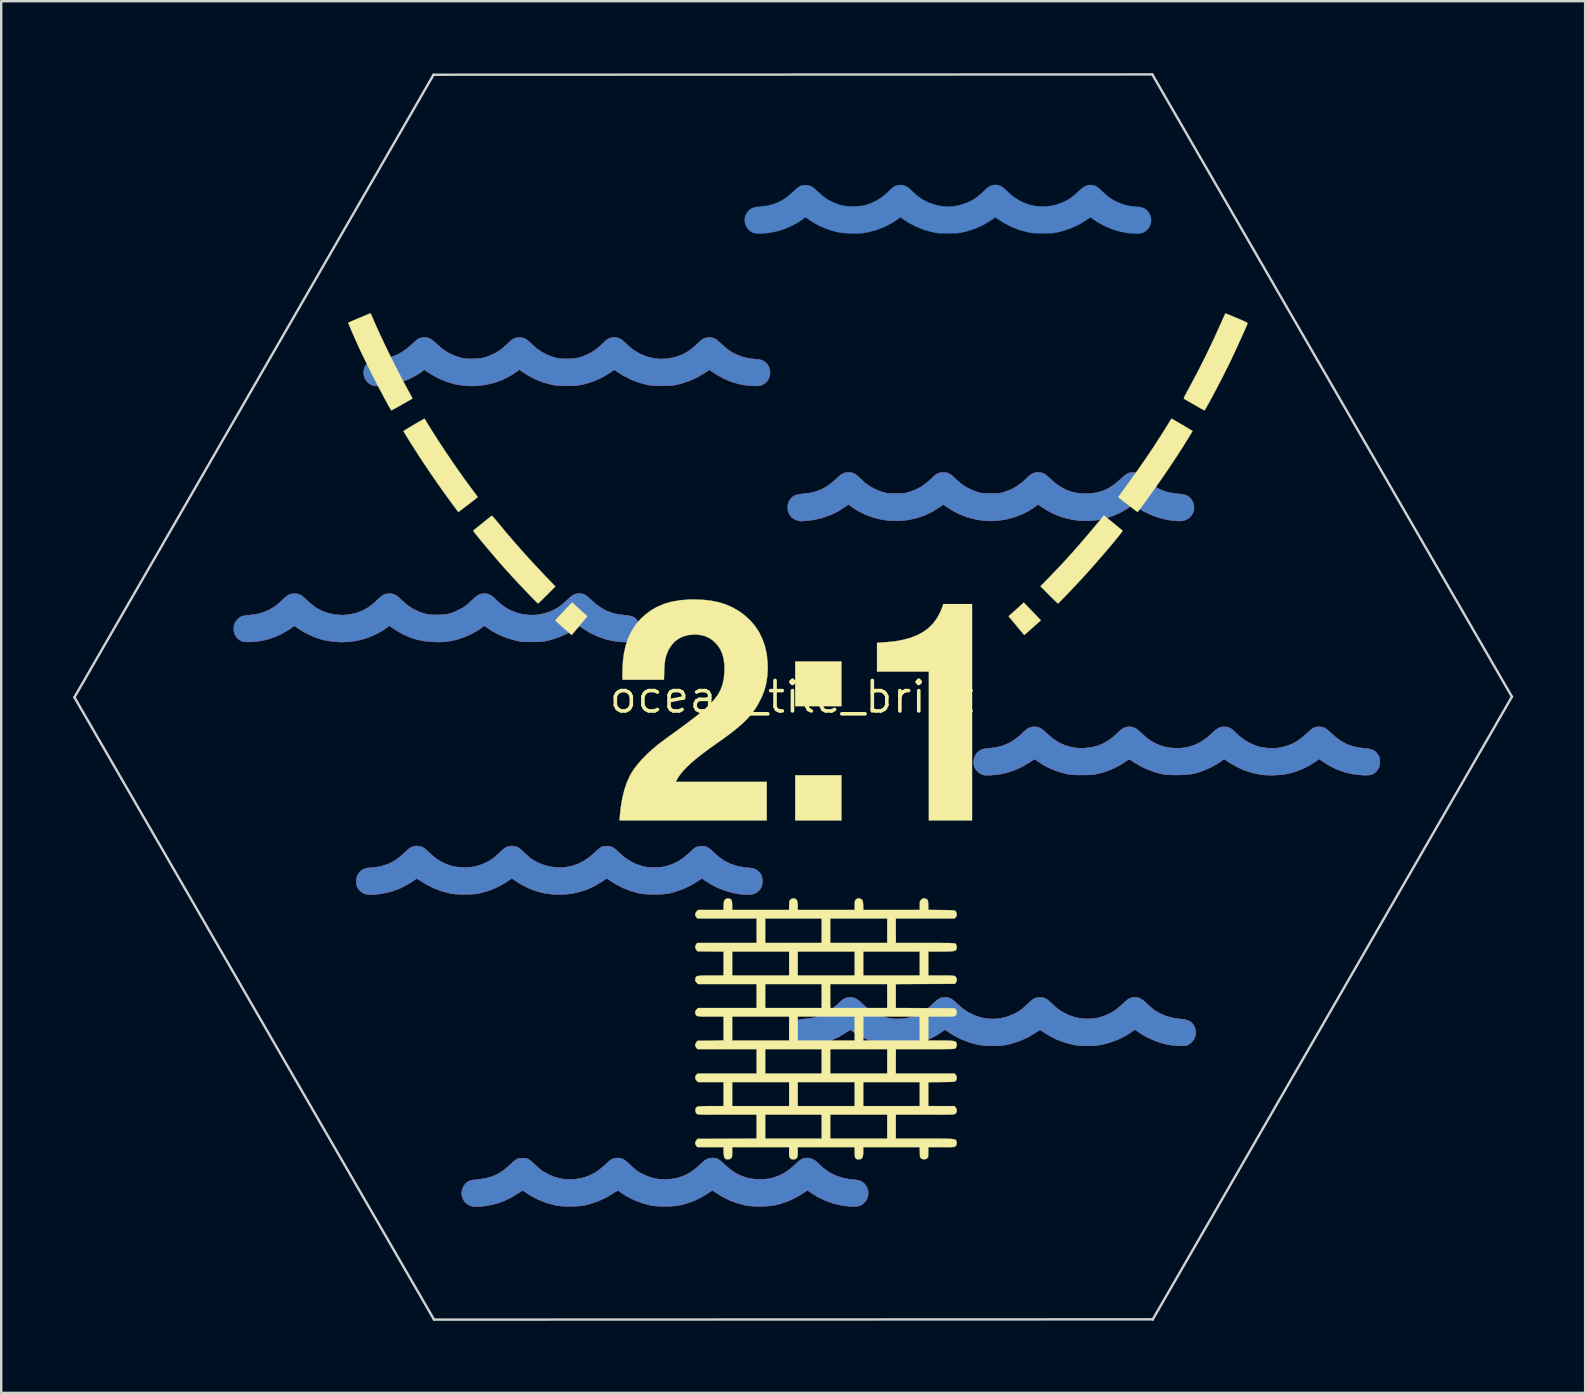
<source format=kicad_pcb>
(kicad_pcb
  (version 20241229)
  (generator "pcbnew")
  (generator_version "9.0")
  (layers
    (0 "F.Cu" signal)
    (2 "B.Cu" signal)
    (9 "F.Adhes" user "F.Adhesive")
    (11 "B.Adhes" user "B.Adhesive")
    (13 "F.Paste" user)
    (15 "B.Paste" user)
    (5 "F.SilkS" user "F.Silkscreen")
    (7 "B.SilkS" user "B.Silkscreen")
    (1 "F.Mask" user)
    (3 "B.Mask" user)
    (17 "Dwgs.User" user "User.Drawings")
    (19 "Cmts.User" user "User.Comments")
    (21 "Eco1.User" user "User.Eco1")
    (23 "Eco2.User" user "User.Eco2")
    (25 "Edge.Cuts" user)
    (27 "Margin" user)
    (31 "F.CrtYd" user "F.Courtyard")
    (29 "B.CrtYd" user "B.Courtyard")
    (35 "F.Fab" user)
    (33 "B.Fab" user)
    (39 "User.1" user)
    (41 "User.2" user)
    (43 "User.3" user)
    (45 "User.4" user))
  (footprint "ocean_tile_brick"
    (layer "F.Cu")
    (at 29.99 25.984)
    (property "Reference" "ocean_tile_brick" (at 0 0 0) (layer "F.SilkS") (effects (font (size 1.27 1.27) (thickness 0.15))))
    (attr through_hole)
    (fp_poly (pts (xy 0.634 19.204) (xy 0.754 19.226) (xy 0.862 19.274) (xy 0.968 19.351) (xy 1.053 19.433) (xy 1.276 19.639) (xy 1.52 19.808) (xy 1.783 19.939) (xy 2.065 20.033) (xy 2.362 20.089) (xy 2.48 20.099) (xy 2.635 20.115) (xy 2.757 20.142) (xy 2.855 20.184) (xy 2.937 20.244) (xy 2.985 20.294) (xy 3.071 20.421) (xy 3.119 20.558) (xy 3.129 20.701) (xy 3.102 20.841) (xy 3.039 20.971) (xy 2.966 21.06) (xy 2.884 21.132) (xy 2.8 21.182) (xy 2.704 21.212) (xy 2.588 21.226) (xy 2.442 21.225) (xy 2.401 21.224) (xy 2.044 21.184) (xy 1.694 21.104) (xy 1.355 20.987) (xy 1.034 20.833) (xy 0.785 20.68) (xy 0.594 20.549) (xy 0.399 20.68) (xy 0.088 20.865) (xy -0.236 21.012) (xy -0.581 21.125) (xy -0.769 21.171) (xy -0.927 21.196) (xy -1.114 21.213) (xy -1.317 21.22) (xy -1.524 21.219) (xy -1.723 21.209) (xy -1.901 21.189) (xy -2.002 21.171) (xy -2.34 21.082) (xy -2.653 20.966) (xy -2.949 20.818) (xy -3.158 20.689) (xy -3.365 20.551) (xy -3.573 20.689) (xy -3.871 20.866) (xy -4.179 21.008) (xy -4.505 21.117) (xy -4.72 21.169) (xy -4.87 21.194) (xy -5.048 21.21) (xy -5.243 21.219) (xy -5.442 21.22) (xy -5.633 21.213) (xy -5.804 21.198) (xy -5.915 21.18) (xy -6.278 21.087) (xy -6.626 20.954) (xy -6.962 20.782) (xy -7.286 20.569) (xy -7.29 20.566) (xy -7.321 20.569) (xy -7.381 20.598) (xy -7.469 20.653) (xy -7.491 20.668) (xy -7.805 20.856) (xy -8.141 21.009) (xy -8.498 21.126) (xy -8.678 21.17) (xy -8.842 21.196) (xy -9.035 21.213) (xy -9.242 21.221) (xy -9.453 21.219) (xy -9.655 21.207) (xy -9.835 21.186) (xy -9.921 21.171) (xy -10.284 21.071) (xy -10.628 20.935) (xy -10.953 20.76) (xy -11.062 20.69) (xy -11.143 20.636) (xy -11.21 20.592) (xy -11.256 20.563) (xy -11.273 20.553) (xy -11.291 20.564) (xy -11.338 20.594) (xy -11.405 20.638) (xy -11.476 20.685) (xy -11.746 20.848) (xy -12.024 20.984) (xy -12.141 21.031) (xy -12.312 21.088) (xy -12.494 21.137) (xy -12.681 21.176) (xy -12.866 21.205) (xy -13.04 21.223) (xy -13.196 21.229) (xy -13.328 21.221) (xy -13.426 21.2) (xy -13.569 21.129) (xy -13.68 21.031) (xy -13.759 20.904) (xy -13.8 20.777) (xy -13.811 20.645) (xy -13.787 20.513) (xy -13.734 20.389) (xy -13.656 20.28) (xy -13.558 20.194) (xy -13.445 20.138) (xy -13.369 20.121) (xy -13.311 20.115) (xy -13.225 20.106) (xy -13.123 20.095) (xy -13.052 20.087) (xy -12.78 20.044) (xy -12.529 19.969) (xy -12.293 19.861) (xy -12.066 19.716) (xy -11.844 19.533) (xy -11.779 19.472) (xy -11.678 19.376) (xy -11.596 19.306) (xy -11.528 19.259) (xy -11.463 19.23) (xy -11.395 19.215) (xy -11.314 19.21) (xy -11.271 19.209) (xy -11.186 19.211) (xy -11.116 19.221) (xy -11.053 19.241) (xy -10.989 19.276) (xy -10.918 19.331) (xy -10.83 19.409) (xy -10.754 19.481) (xy -10.666 19.563) (xy -10.576 19.641) (xy -10.496 19.707) (xy -10.435 19.751) (xy -10.177 19.897) (xy -9.908 20.004) (xy -9.63 20.072) (xy -9.347 20.1) (xy -9.064 20.087) (xy -8.784 20.034) (xy -8.678 20.002) (xy -8.463 19.921) (xy -8.27 19.823) (xy -8.086 19.701) (xy -7.903 19.549) (xy -7.825 19.476) (xy -7.721 19.378) (xy -7.637 19.308) (xy -7.565 19.26) (xy -7.498 19.229) (xy -7.427 19.211) (xy -7.365 19.204) (xy -7.266 19.201) (xy -7.178 19.214) (xy -7.092 19.246) (xy -7.003 19.302) (xy -6.901 19.385) (xy -6.807 19.472) (xy -6.686 19.585) (xy -6.584 19.673) (xy -6.49 19.745) (xy -6.394 19.806) (xy -6.285 19.864) (xy -6.195 19.907) (xy -5.99 19.993) (xy -5.795 20.051) (xy -5.593 20.083) (xy -5.371 20.094) (xy -5.345 20.095) (xy -5.053 20.077) (xy -4.781 20.023) (xy -4.525 19.931) (xy -4.281 19.801) (xy -4.047 19.631) (xy -3.872 19.473) (xy -3.766 19.372) (xy -3.678 19.3) (xy -3.599 19.251) (xy -3.523 19.222) (xy -3.44 19.206) (xy -3.405 19.202) (xy -3.302 19.201) (xy -3.212 19.216) (xy -3.126 19.252) (xy -3.035 19.312) (xy -2.932 19.401) (xy -2.874 19.457) (xy -2.643 19.661) (xy -2.407 19.825) (xy -2.162 19.948) (xy -1.905 20.033) (xy -1.634 20.081) (xy -1.386 20.094) (xy -1.102 20.077) (xy -0.835 20.025) (xy -0.584 19.936) (xy -0.343 19.81) (xy -0.11 19.643) (xy 0.098 19.457) (xy 0.211 19.351) (xy 0.309 19.277) (xy 0.399 19.229) (xy 0.489 19.205) (xy 0.587 19.201) (xy 0.634 19.204)) (stroke (width 0.01) (type solid)) (fill yes) (layer "F.Cu"))
    (fp_poly (pts (xy 2.32 -9.355) (xy 2.427 -9.346) (xy 2.524 -9.316) (xy 2.619 -9.261) (xy 2.72 -9.175) (xy 2.781 -9.116) (xy 3.005 -8.912) (xy 3.243 -8.746) (xy 3.5 -8.616) (xy 3.719 -8.537) (xy 3.791 -8.516) (xy 3.853 -8.5) (xy 3.916 -8.49) (xy 3.988 -8.484) (xy 4.079 -8.481) (xy 4.198 -8.48) (xy 4.276 -8.479) (xy 4.413 -8.48) (xy 4.518 -8.482) (xy 4.599 -8.486) (xy 4.666 -8.494) (xy 4.727 -8.507) (xy 4.792 -8.525) (xy 4.832 -8.537) (xy 5.091 -8.633) (xy 5.326 -8.756) (xy 5.547 -8.911) (xy 5.756 -9.097) (xy 5.86 -9.197) (xy 5.947 -9.267) (xy 6.026 -9.314) (xy 6.104 -9.341) (xy 6.191 -9.353) (xy 6.255 -9.355) (xy 6.353 -9.35) (xy 6.436 -9.333) (xy 6.514 -9.299) (xy 6.595 -9.243) (xy 6.687 -9.161) (xy 6.752 -9.098) (xy 6.971 -8.903) (xy 7.199 -8.746) (xy 7.445 -8.621) (xy 7.677 -8.537) (xy 7.749 -8.516) (xy 7.811 -8.5) (xy 7.874 -8.49) (xy 7.946 -8.484) (xy 8.037 -8.481) (xy 8.156 -8.48) (xy 8.234 -8.479) (xy 8.372 -8.48) (xy 8.476 -8.482) (xy 8.557 -8.486) (xy 8.624 -8.494) (xy 8.685 -8.507) (xy 8.751 -8.525) (xy 8.79 -8.537) (xy 9.066 -8.641) (xy 9.319 -8.779) (xy 9.554 -8.952) (xy 9.729 -9.116) (xy 9.838 -9.219) (xy 9.935 -9.29) (xy 10.03 -9.333) (xy 10.13 -9.353) (xy 10.189 -9.355) (xy 10.279 -9.353) (xy 10.354 -9.342) (xy 10.423 -9.318) (xy 10.494 -9.277) (xy 10.573 -9.216) (xy 10.671 -9.129) (xy 10.722 -9.081) (xy 10.94 -8.893) (xy 11.155 -8.742) (xy 11.372 -8.628) (xy 11.598 -8.547) (xy 11.84 -8.496) (xy 12.097 -8.473) (xy 12.386 -8.477) (xy 12.653 -8.516) (xy 12.905 -8.59) (xy 13.143 -8.701) (xy 13.374 -8.852) (xy 13.601 -9.042) (xy 13.619 -9.06) (xy 13.734 -9.166) (xy 13.828 -9.244) (xy 13.909 -9.297) (xy 13.984 -9.331) (xy 14.061 -9.349) (xy 14.147 -9.355) (xy 14.161 -9.355) (xy 14.259 -9.349) (xy 14.346 -9.328) (xy 14.43 -9.289) (xy 14.52 -9.226) (xy 14.624 -9.136) (xy 14.679 -9.083) (xy 14.89 -8.895) (xy 15.1 -8.746) (xy 15.317 -8.631) (xy 15.548 -8.548) (xy 15.801 -8.494) (xy 16.031 -8.467) (xy 16.196 -8.449) (xy 16.325 -8.42) (xy 16.428 -8.378) (xy 16.51 -8.32) (xy 16.58 -8.243) (xy 16.584 -8.237) (xy 16.659 -8.101) (xy 16.696 -7.96) (xy 16.696 -7.82) (xy 16.661 -7.686) (xy 16.593 -7.565) (xy 16.496 -7.463) (xy 16.369 -7.385) (xy 16.284 -7.353) (xy 16.192 -7.335) (xy 16.079 -7.33) (xy 15.939 -7.336) (xy 15.767 -7.355) (xy 15.6 -7.379) (xy 15.352 -7.433) (xy 15.091 -7.515) (xy 14.83 -7.62) (xy 14.583 -7.742) (xy 14.362 -7.877) (xy 14.32 -7.906) (xy 14.166 -8.017) (xy 13.999 -7.901) (xy 13.688 -7.711) (xy 13.36 -7.558) (xy 13.021 -7.445) (xy 12.672 -7.371) (xy 12.317 -7.336) (xy 11.959 -7.342) (xy 11.602 -7.389) (xy 11.248 -7.476) (xy 11.197 -7.493) (xy 10.96 -7.579) (xy 10.742 -7.68) (xy 10.525 -7.804) (xy 10.407 -7.881) (xy 10.203 -8.017) (xy 10.092 -7.934) (xy 9.818 -7.754) (xy 9.518 -7.604) (xy 9.199 -7.485) (xy 8.868 -7.398) (xy 8.53 -7.347) (xy 8.193 -7.332) (xy 7.959 -7.344) (xy 7.59 -7.399) (xy 7.239 -7.492) (xy 6.905 -7.623) (xy 6.585 -7.794) (xy 6.45 -7.881) (xy 6.253 -8.015) (xy 6.106 -7.911) (xy 5.799 -7.72) (xy 5.476 -7.567) (xy 5.139 -7.452) (xy 4.794 -7.375) (xy 4.442 -7.338) (xy 4.088 -7.339) (xy 3.734 -7.38) (xy 3.385 -7.46) (xy 3.044 -7.581) (xy 3.009 -7.596) (xy 2.837 -7.678) (xy 2.661 -7.775) (xy 2.498 -7.877) (xy 2.397 -7.949) (xy 2.303 -8.021) (xy 2.194 -7.942) (xy 1.884 -7.742) (xy 1.56 -7.582) (xy 1.22 -7.462) (xy 0.864 -7.38) (xy 0.603 -7.346) (xy 0.48 -7.335) (xy 0.39 -7.328) (xy 0.323 -7.327) (xy 0.271 -7.331) (xy 0.224 -7.339) (xy 0.201 -7.344) (xy 0.051 -7.402) (xy -0.07 -7.489) (xy -0.158 -7.602) (xy -0.213 -7.738) (xy -0.232 -7.895) (xy -0.232 -7.895) (xy -0.216 -8.042) (xy -0.167 -8.169) (xy -0.088 -8.28) (xy -0.015 -8.347) (xy 0.076 -8.397) (xy 0.191 -8.433) (xy 0.336 -8.457) (xy 0.441 -8.467) (xy 0.707 -8.501) (xy 0.95 -8.56) (xy 1.177 -8.649) (xy 1.396 -8.77) (xy 1.611 -8.926) (xy 1.81 -9.102) (xy 1.914 -9.198) (xy 1.999 -9.266) (xy 2.073 -9.312) (xy 2.145 -9.339) (xy 2.224 -9.352) (xy 2.319 -9.355) (xy 2.32 -9.355)) (stroke (width 0.01) (type solid)) (fill yes) (layer "F.Cu"))
    (fp_poly (pts (xy 14.103 1.248) (xy 14.196 1.273) (xy 14.287 1.32) (xy 14.385 1.393) (xy 14.498 1.497) (xy 14.513 1.513) (xy 14.74 1.713) (xy 14.976 1.874) (xy 15.224 1.994) (xy 15.488 2.077) (xy 15.77 2.123) (xy 15.896 2.131) (xy 16.189 2.125) (xy 16.467 2.079) (xy 16.731 1.995) (xy 16.983 1.87) (xy 17.224 1.705) (xy 17.431 1.524) (xy 17.544 1.418) (xy 17.639 1.341) (xy 17.723 1.289) (xy 17.804 1.258) (xy 17.889 1.243) (xy 17.949 1.24) (xy 18.078 1.251) (xy 18.191 1.288) (xy 18.297 1.356) (xy 18.408 1.46) (xy 18.409 1.461) (xy 18.606 1.645) (xy 18.83 1.807) (xy 19.069 1.942) (xy 19.316 2.043) (xy 19.42 2.074) (xy 19.594 2.109) (xy 19.789 2.129) (xy 19.99 2.134) (xy 20.18 2.123) (xy 20.285 2.108) (xy 20.527 2.049) (xy 20.748 1.968) (xy 20.957 1.859) (xy 21.161 1.719) (xy 21.367 1.542) (xy 21.396 1.515) (xy 21.505 1.416) (xy 21.592 1.343) (xy 21.667 1.293) (xy 21.735 1.262) (xy 21.806 1.246) (xy 21.886 1.241) (xy 21.907 1.24) (xy 21.999 1.245) (xy 22.077 1.261) (xy 22.151 1.293) (xy 22.229 1.345) (xy 22.32 1.422) (xy 22.395 1.492) (xy 22.617 1.687) (xy 22.838 1.843) (xy 23.063 1.964) (xy 23.299 2.051) (xy 23.552 2.108) (xy 23.791 2.136) (xy 23.955 2.154) (xy 24.085 2.182) (xy 24.188 2.226) (xy 24.271 2.289) (xy 24.343 2.374) (xy 24.379 2.431) (xy 24.41 2.489) (xy 24.427 2.543) (xy 24.435 2.61) (xy 24.437 2.699) (xy 24.429 2.832) (xy 24.401 2.938) (xy 24.348 3.03) (xy 24.272 3.115) (xy 24.208 3.171) (xy 24.144 3.211) (xy 24.072 3.238) (xy 23.983 3.252) (xy 23.869 3.257) (xy 23.723 3.254) (xy 23.701 3.253) (xy 23.345 3.218) (xy 23.003 3.143) (xy 22.673 3.028) (xy 22.353 2.872) (xy 22.109 2.72) (xy 21.908 2.584) (xy 21.753 2.695) (xy 21.512 2.848) (xy 21.242 2.984) (xy 20.954 3.098) (xy 20.659 3.185) (xy 20.638 3.19) (xy 20.464 3.222) (xy 20.262 3.244) (xy 20.045 3.256) (xy 19.826 3.258) (xy 19.619 3.248) (xy 19.441 3.229) (xy 19.103 3.155) (xy 18.768 3.043) (xy 18.445 2.894) (xy 18.147 2.716) (xy 17.944 2.58) (xy 17.899 2.621) (xy 17.815 2.688) (xy 17.7 2.763) (xy 17.563 2.843) (xy 17.413 2.922) (xy 17.259 2.995) (xy 17.111 3.058) (xy 17.037 3.086) (xy 16.87 3.142) (xy 16.718 3.184) (xy 16.57 3.214) (xy 16.415 3.233) (xy 16.243 3.245) (xy 16.043 3.249) (xy 15.981 3.249) (xy 15.812 3.248) (xy 15.677 3.245) (xy 15.568 3.239) (xy 15.477 3.23) (xy 15.397 3.217) (xy 15.367 3.211) (xy 15.053 3.127) (xy 14.743 3.012) (xy 14.449 2.871) (xy 14.181 2.709) (xy 14.171 2.701) (xy 14.092 2.648) (xy 14.039 2.616) (xy 14.004 2.602) (xy 13.98 2.603) (xy 13.959 2.614) (xy 13.673 2.803) (xy 13.391 2.955) (xy 13.108 3.074) (xy 13.031 3.101) (xy 12.879 3.15) (xy 12.746 3.186) (xy 12.623 3.213) (xy 12.497 3.231) (xy 12.36 3.242) (xy 12.201 3.248) (xy 12.023 3.249) (xy 11.866 3.249) (xy 11.743 3.246) (xy 11.645 3.242) (xy 11.562 3.234) (xy 11.485 3.223) (xy 11.406 3.208) (xy 11.369 3.2) (xy 11.047 3.111) (xy 10.738 2.993) (xy 10.451 2.849) (xy 10.211 2.697) (xy 10.055 2.585) (xy 9.855 2.718) (xy 9.547 2.901) (xy 9.226 3.048) (xy 8.897 3.157) (xy 8.563 3.228) (xy 8.229 3.258) (xy 8.149 3.26) (xy 8.045 3.259) (xy 7.97 3.255) (xy 7.914 3.245) (xy 7.865 3.228) (xy 7.811 3.202) (xy 7.808 3.201) (xy 7.7 3.126) (xy 7.61 3.029) (xy 7.549 2.921) (xy 7.536 2.883) (xy 7.514 2.733) (xy 7.527 2.585) (xy 7.574 2.448) (xy 7.652 2.33) (xy 7.694 2.288) (xy 7.763 2.235) (xy 7.833 2.196) (xy 7.915 2.169) (xy 8.019 2.15) (xy 8.154 2.137) (xy 8.169 2.135) (xy 8.465 2.097) (xy 8.736 2.026) (xy 8.987 1.92) (xy 9.224 1.778) (xy 9.451 1.596) (xy 9.544 1.507) (xy 9.655 1.403) (xy 9.75 1.329) (xy 9.836 1.28) (xy 9.924 1.252) (xy 10.02 1.242) (xy 10.054 1.241) (xy 10.143 1.246) (xy 10.222 1.265) (xy 10.301 1.3) (xy 10.385 1.357) (xy 10.482 1.438) (xy 10.583 1.533) (xy 10.817 1.733) (xy 11.062 1.893) (xy 11.318 2.011) (xy 11.586 2.09) (xy 11.868 2.129) (xy 12.118 2.131) (xy 12.403 2.1) (xy 12.668 2.036) (xy 12.916 1.936) (xy 13.151 1.798) (xy 13.376 1.622) (xy 13.513 1.492) (xy 13.627 1.385) (xy 13.73 1.311) (xy 13.828 1.265) (xy 13.932 1.243) (xy 14.002 1.24) (xy 14.103 1.248)) (stroke (width 0.01) (type solid)) (fill yes) (layer "F.Cu"))
    (fp_poly (pts (xy -8.814 -4.304) (xy -8.743 -4.284) (xy -8.689 -4.265) (xy -8.637 -4.237) (xy -8.578 -4.194) (xy -8.506 -4.131) (xy -8.425 -4.055) (xy -8.203 -3.86) (xy -7.982 -3.704) (xy -7.756 -3.584) (xy -7.518 -3.496) (xy -7.261 -3.438) (xy -7.017 -3.41) (xy -6.865 -3.393) (xy -6.746 -3.368) (xy -6.652 -3.331) (xy -6.574 -3.278) (xy -6.51 -3.212) (xy -6.428 -3.087) (xy -6.383 -2.949) (xy -6.375 -2.807) (xy -6.402 -2.667) (xy -6.465 -2.537) (xy -6.557 -2.43) (xy -6.631 -2.371) (xy -6.705 -2.329) (xy -6.789 -2.303) (xy -6.891 -2.291) (xy -7.022 -2.289) (xy -7.107 -2.292) (xy -7.464 -2.328) (xy -7.812 -2.405) (xy -8.15 -2.524) (xy -8.476 -2.682) (xy -8.705 -2.823) (xy -8.912 -2.961) (xy -9.113 -2.825) (xy -9.419 -2.643) (xy -9.75 -2.494) (xy -10.106 -2.379) (xy -10.288 -2.335) (xy -10.367 -2.32) (xy -10.454 -2.31) (xy -10.555 -2.302) (xy -10.68 -2.298) (xy -10.836 -2.297) (xy -10.89 -2.297) (xy -11.045 -2.297) (xy -11.167 -2.3) (xy -11.265 -2.304) (xy -11.349 -2.312) (xy -11.426 -2.324) (xy -11.508 -2.34) (xy -11.533 -2.346) (xy -11.899 -2.448) (xy -12.245 -2.588) (xy -12.569 -2.763) (xy -12.798 -2.919) (xy -12.865 -2.968) (xy -12.98 -2.883) (xy -13.199 -2.738) (xy -13.446 -2.606) (xy -13.707 -2.492) (xy -13.966 -2.403) (xy -14.076 -2.374) (xy -14.252 -2.335) (xy -14.414 -2.309) (xy -14.576 -2.294) (xy -14.752 -2.289) (xy -14.955 -2.292) (xy -14.962 -2.292) (xy -15.304 -2.319) (xy -15.624 -2.378) (xy -15.929 -2.47) (xy -16.226 -2.598) (xy -16.523 -2.765) (xy -16.634 -2.837) (xy -16.83 -2.968) (xy -16.877 -2.926) (xy -16.969 -2.853) (xy -17.093 -2.772) (xy -17.241 -2.689) (xy -17.402 -2.607) (xy -17.57 -2.53) (xy -17.735 -2.465) (xy -17.823 -2.434) (xy -18.145 -2.35) (xy -18.483 -2.3) (xy -18.828 -2.286) (xy -19.173 -2.307) (xy -19.51 -2.363) (xy -19.77 -2.434) (xy -19.948 -2.499) (xy -20.138 -2.582) (xy -20.324 -2.675) (xy -20.493 -2.772) (xy -20.602 -2.845) (xy -20.768 -2.964) (xy -20.961 -2.835) (xy -21.276 -2.646) (xy -21.594 -2.498) (xy -21.918 -2.391) (xy -22.251 -2.323) (xy -22.574 -2.295) (xy -22.708 -2.292) (xy -22.807 -2.293) (xy -22.879 -2.298) (xy -22.932 -2.309) (xy -22.953 -2.316) (xy -23.081 -2.385) (xy -23.184 -2.485) (xy -23.259 -2.607) (xy -23.299 -2.745) (xy -23.305 -2.82) (xy -23.295 -2.959) (xy -23.262 -3.071) (xy -23.202 -3.171) (xy -23.171 -3.209) (xy -23.102 -3.28) (xy -23.031 -3.331) (xy -22.95 -3.367) (xy -22.848 -3.391) (xy -22.716 -3.407) (xy -22.669 -3.41) (xy -22.369 -3.449) (xy -22.095 -3.519) (xy -21.842 -3.623) (xy -21.606 -3.763) (xy -21.383 -3.941) (xy -21.289 -4.03) (xy -21.178 -4.135) (xy -21.086 -4.21) (xy -21.003 -4.261) (xy -20.922 -4.29) (xy -20.836 -4.303) (xy -20.786 -4.305) (xy -20.695 -4.303) (xy -20.618 -4.291) (xy -20.548 -4.266) (xy -20.476 -4.223) (xy -20.395 -4.159) (xy -20.295 -4.069) (xy -20.257 -4.033) (xy -20.15 -3.935) (xy -20.037 -3.841) (xy -19.932 -3.76) (xy -19.855 -3.708) (xy -19.601 -3.576) (xy -19.334 -3.483) (xy -19.058 -3.428) (xy -18.778 -3.411) (xy -18.499 -3.433) (xy -18.224 -3.492) (xy -17.958 -3.591) (xy -17.737 -3.708) (xy -17.647 -3.77) (xy -17.54 -3.853) (xy -17.428 -3.948) (xy -17.335 -4.033) (xy -17.228 -4.132) (xy -17.141 -4.205) (xy -17.067 -4.254) (xy -16.997 -4.284) (xy -16.924 -4.3) (xy -16.839 -4.305) (xy -16.806 -4.305) (xy -16.708 -4.298) (xy -16.621 -4.275) (xy -16.535 -4.231) (xy -16.444 -4.163) (xy -16.339 -4.066) (xy -16.307 -4.035) (xy -16.087 -3.839) (xy -15.853 -3.681) (xy -15.598 -3.556) (xy -15.333 -3.468) (xy -15.256 -3.449) (xy -15.181 -3.436) (xy -15.096 -3.428) (xy -14.991 -3.423) (xy -14.856 -3.422) (xy -14.838 -3.422) (xy -14.652 -3.426) (xy -14.496 -3.439) (xy -14.357 -3.463) (xy -14.223 -3.503) (xy -14.08 -3.559) (xy -13.975 -3.608) (xy -13.856 -3.668) (xy -13.757 -3.723) (xy -13.667 -3.783) (xy -13.577 -3.853) (xy -13.477 -3.94) (xy -13.364 -4.045) (xy -13.272 -4.131) (xy -13.202 -4.192) (xy -13.146 -4.234) (xy -13.096 -4.262) (xy -13.045 -4.282) (xy -13.026 -4.288) (xy -12.873 -4.312) (xy -12.726 -4.294) (xy -12.586 -4.236) (xy -12.456 -4.137) (xy -12.396 -4.074) (xy -12.305 -3.982) (xy -12.188 -3.882) (xy -12.058 -3.783) (xy -11.926 -3.695) (xy -11.813 -3.631) (xy -11.545 -3.519) (xy -11.268 -3.447) (xy -10.985 -3.413) (xy -10.701 -3.419) (xy -10.421 -3.465) (xy -10.15 -3.55) (xy -10.04 -3.598) (xy -9.901 -3.667) (xy -9.779 -3.739) (xy -9.663 -3.822) (xy -9.541 -3.923) (xy -9.408 -4.045) (xy -9.314 -4.133) (xy -9.242 -4.195) (xy -9.185 -4.237) (xy -9.133 -4.265) (xy -9.081 -4.284) (xy -9.079 -4.285) (xy -8.98 -4.309) (xy -8.899 -4.316) (xy -8.814 -4.304)) (stroke (width 0.01) (type solid)) (fill yes) (layer "F.Cu"))
    (fp_poly (pts (xy -15.534 6.224) (xy -15.497 6.235) (xy -15.445 6.254) (xy -15.393 6.282) (xy -15.335 6.325) (xy -15.261 6.388) (xy -15.17 6.473) (xy -15.031 6.6) (xy -14.908 6.701) (xy -14.789 6.785) (xy -14.663 6.858) (xy -14.532 6.923) (xy -14.343 7.002) (xy -14.157 7.055) (xy -13.961 7.086) (xy -13.743 7.098) (xy -13.695 7.099) (xy -13.474 7.091) (xy -13.279 7.065) (xy -13.095 7.017) (xy -12.908 6.946) (xy -12.835 6.912) (xy -12.716 6.854) (xy -12.616 6.798) (xy -12.525 6.738) (xy -12.433 6.666) (xy -12.331 6.577) (xy -12.222 6.475) (xy -12.127 6.387) (xy -12.055 6.325) (xy -11.996 6.282) (xy -11.945 6.254) (xy -11.893 6.235) (xy -11.893 6.235) (xy -11.78 6.208) (xy -11.681 6.205) (xy -11.575 6.225) (xy -11.538 6.235) (xy -11.486 6.254) (xy -11.435 6.281) (xy -11.378 6.323) (xy -11.307 6.384) (xy -11.215 6.47) (xy -11.211 6.474) (xy -11.123 6.556) (xy -11.037 6.634) (xy -10.961 6.699) (xy -10.904 6.743) (xy -10.897 6.748) (xy -10.664 6.884) (xy -10.411 6.989) (xy -10.146 7.062) (xy -9.876 7.101) (xy -9.611 7.104) (xy -9.496 7.092) (xy -9.22 7.039) (xy -8.964 6.952) (xy -8.722 6.831) (xy -8.49 6.672) (xy -8.266 6.476) (xy -8.163 6.379) (xy -8.082 6.31) (xy -8.013 6.262) (xy -7.948 6.233) (xy -7.88 6.219) (xy -7.8 6.213) (xy -7.768 6.213) (xy -7.672 6.217) (xy -7.591 6.232) (xy -7.517 6.262) (xy -7.44 6.312) (xy -7.353 6.386) (xy -7.261 6.475) (xy -7.028 6.679) (xy -6.779 6.844) (xy -6.512 6.971) (xy -6.227 7.062) (xy -6.221 7.063) (xy -6.089 7.086) (xy -5.929 7.098) (xy -5.757 7.101) (xy -5.586 7.093) (xy -5.43 7.077) (xy -5.309 7.053) (xy -5.044 6.966) (xy -4.805 6.853) (xy -4.584 6.71) (xy -4.37 6.531) (xy -4.326 6.488) (xy -4.22 6.388) (xy -4.134 6.315) (xy -4.06 6.265) (xy -3.99 6.234) (xy -3.916 6.219) (xy -3.83 6.214) (xy -3.81 6.213) (xy -3.717 6.217) (xy -3.639 6.231) (xy -3.566 6.261) (xy -3.492 6.309) (xy -3.406 6.381) (xy -3.301 6.481) (xy -3.301 6.481) (xy -3.08 6.677) (xy -2.849 6.833) (xy -2.605 6.953) (xy -2.341 7.04) (xy -2.054 7.094) (xy -1.903 7.109) (xy -1.769 7.122) (xy -1.666 7.141) (xy -1.586 7.167) (xy -1.518 7.205) (xy -1.453 7.258) (xy -1.443 7.268) (xy -1.363 7.357) (xy -1.312 7.452) (xy -1.287 7.564) (xy -1.281 7.673) (xy -1.29 7.807) (xy -1.32 7.914) (xy -1.376 8.007) (xy -1.443 8.079) (xy -1.537 8.153) (xy -1.64 8.201) (xy -1.763 8.227) (xy -1.892 8.233) (xy -2.2 8.215) (xy -2.515 8.16) (xy -2.831 8.071) (xy -3.14 7.95) (xy -3.432 7.801) (xy -3.617 7.684) (xy -3.806 7.555) (xy -3.979 7.673) (xy -4.283 7.855) (xy -4.609 8.007) (xy -4.95 8.124) (xy -5.15 8.175) (xy -5.299 8.199) (xy -5.476 8.216) (xy -5.671 8.224) (xy -5.872 8.225) (xy -6.067 8.218) (xy -6.246 8.203) (xy -6.396 8.18) (xy -6.417 8.176) (xy -6.776 8.077) (xy -7.111 7.944) (xy -7.428 7.776) (xy -7.559 7.693) (xy -7.765 7.556) (xy -7.967 7.693) (xy -8.274 7.876) (xy -8.599 8.022) (xy -8.938 8.13) (xy -9.287 8.201) (xy -9.642 8.232) (xy -10 8.224) (xy -10.356 8.175) (xy -10.526 8.137) (xy -10.801 8.053) (xy -11.074 7.941) (xy -11.333 7.808) (xy -11.565 7.66) (xy -11.597 7.636) (xy -11.672 7.586) (xy -11.72 7.566) (xy -11.739 7.569) (xy -11.984 7.732) (xy -12.213 7.865) (xy -12.435 7.974) (xy -12.659 8.062) (xy -12.894 8.134) (xy -13.102 8.184) (xy -13.223 8.202) (xy -13.374 8.216) (xy -13.546 8.223) (xy -13.727 8.225) (xy -13.906 8.221) (xy -14.072 8.211) (xy -14.214 8.195) (xy -14.276 8.184) (xy -14.64 8.091) (xy -14.983 7.96) (xy -15.307 7.793) (xy -15.465 7.693) (xy -15.558 7.634) (xy -15.631 7.592) (xy -15.68 7.571) (xy -15.697 7.571) (xy -15.895 7.709) (xy -16.118 7.841) (xy -16.349 7.958) (xy -16.498 8.021) (xy -16.658 8.078) (xy -16.833 8.127) (xy -17.015 8.169) (xy -17.198 8.201) (xy -17.374 8.223) (xy -17.535 8.234) (xy -17.676 8.233) (xy -17.787 8.219) (xy -17.834 8.206) (xy -17.975 8.131) (xy -18.085 8.029) (xy -18.117 7.987) (xy -18.166 7.899) (xy -18.194 7.812) (xy -18.202 7.71) (xy -18.198 7.606) (xy -18.167 7.463) (xy -18.1 7.339) (xy -18.004 7.239) (xy -17.882 7.165) (xy -17.739 7.122) (xy -17.636 7.113) (xy -17.49 7.104) (xy -17.325 7.081) (xy -17.161 7.047) (xy -17.078 7.025) (xy -16.876 6.956) (xy -16.689 6.867) (xy -16.509 6.754) (xy -16.328 6.611) (xy -16.181 6.477) (xy -16.087 6.389) (xy -16.016 6.327) (xy -15.959 6.284) (xy -15.908 6.256) (xy -15.857 6.237) (xy -15.852 6.235) (xy -15.739 6.209) (xy -15.64 6.205) (xy -15.534 6.224)) (stroke (width 0.01) (type solid)) (fill yes) (layer "F.Cu"))
    (fp_poly (pts (xy 6.427 12.516) (xy 6.514 12.538) (xy 6.598 12.581) (xy 6.689 12.648) (xy 6.795 12.744) (xy 6.819 12.768) (xy 7.051 12.971) (xy 7.298 13.136) (xy 7.557 13.264) (xy 7.825 13.352) (xy 8.099 13.402) (xy 8.377 13.412) (xy 8.656 13.381) (xy 8.933 13.311) (xy 9.205 13.199) (xy 9.218 13.192) (xy 9.329 13.134) (xy 9.425 13.075) (xy 9.516 13.009) (xy 9.612 12.929) (xy 9.724 12.826) (xy 9.758 12.794) (xy 9.863 12.696) (xy 9.948 12.624) (xy 10.019 12.575) (xy 10.086 12.543) (xy 10.156 12.525) (xy 10.236 12.515) (xy 10.247 12.514) (xy 10.374 12.518) (xy 10.489 12.55) (xy 10.601 12.614) (xy 10.716 12.714) (xy 10.742 12.741) (xy 10.967 12.947) (xy 11.213 13.118) (xy 11.477 13.251) (xy 11.754 13.346) (xy 11.761 13.348) (xy 11.97 13.388) (xy 12.197 13.406) (xy 12.424 13.402) (xy 12.637 13.375) (xy 12.706 13.36) (xy 12.971 13.279) (xy 13.211 13.171) (xy 13.435 13.031) (xy 13.652 12.854) (xy 13.727 12.783) (xy 13.84 12.677) (xy 13.937 12.601) (xy 14.024 12.551) (xy 14.11 12.522) (xy 14.201 12.511) (xy 14.235 12.51) (xy 14.329 12.517) (xy 14.416 12.539) (xy 14.501 12.581) (xy 14.593 12.648) (xy 14.701 12.743) (xy 14.741 12.781) (xy 14.83 12.864) (xy 14.924 12.945) (xy 15.01 13.015) (xy 15.068 13.058) (xy 15.311 13.198) (xy 15.576 13.304) (xy 15.859 13.376) (xy 16.133 13.41) (xy 16.305 13.43) (xy 16.443 13.468) (xy 16.552 13.525) (xy 16.629 13.595) (xy 16.714 13.726) (xy 16.761 13.865) (xy 16.771 14.008) (xy 16.745 14.147) (xy 16.684 14.277) (xy 16.591 14.39) (xy 16.465 14.481) (xy 16.458 14.485) (xy 16.418 14.504) (xy 16.376 14.517) (xy 16.323 14.525) (xy 16.25 14.528) (xy 16.147 14.529) (xy 16.097 14.528) (xy 15.772 14.507) (xy 15.452 14.447) (xy 15.135 14.349) (xy 14.814 14.21) (xy 14.753 14.179) (xy 14.645 14.121) (xy 14.535 14.057) (xy 14.437 13.997) (xy 14.373 13.953) (xy 14.236 13.852) (xy 14.083 13.961) (xy 13.826 14.124) (xy 13.539 14.266) (xy 13.231 14.383) (xy 12.91 14.472) (xy 12.869 14.481) (xy 12.703 14.508) (xy 12.509 14.525) (xy 12.3 14.532) (xy 12.089 14.529) (xy 11.889 14.517) (xy 11.712 14.494) (xy 11.651 14.482) (xy 11.287 14.385) (xy 10.947 14.253) (xy 10.629 14.087) (xy 10.482 13.994) (xy 10.404 13.942) (xy 10.339 13.9) (xy 10.295 13.872) (xy 10.281 13.864) (xy 10.261 13.875) (xy 10.214 13.905) (xy 10.146 13.95) (xy 10.067 14.002) (xy 9.753 14.187) (xy 9.417 14.335) (xy 9.063 14.447) (xy 8.869 14.491) (xy 8.714 14.513) (xy 8.531 14.526) (xy 8.332 14.531) (xy 8.13 14.528) (xy 7.938 14.516) (xy 7.768 14.496) (xy 7.691 14.482) (xy 7.331 14.385) (xy 6.992 14.254) (xy 6.671 14.085) (xy 6.526 13.993) (xy 6.447 13.941) (xy 6.381 13.899) (xy 6.337 13.872) (xy 6.322 13.864) (xy 6.301 13.876) (xy 6.253 13.907) (xy 6.189 13.952) (xy 6.149 13.98) (xy 5.945 14.109) (xy 5.712 14.229) (xy 5.46 14.335) (xy 5.204 14.421) (xy 4.955 14.482) (xy 4.916 14.489) (xy 4.549 14.534) (xy 4.186 14.536) (xy 3.829 14.496) (xy 3.478 14.415) (xy 3.134 14.293) (xy 2.798 14.129) (xy 2.47 13.924) (xy 2.403 13.877) (xy 2.373 13.878) (xy 2.315 13.905) (xy 2.226 13.959) (xy 2.179 13.99) (xy 1.862 14.178) (xy 1.532 14.327) (xy 1.193 14.437) (xy 0.846 14.506) (xy 0.551 14.532) (xy 0.424 14.535) (xy 0.328 14.532) (xy 0.254 14.522) (xy 0.204 14.508) (xy 0.087 14.45) (xy -0.016 14.359) (xy -0.097 14.244) (xy -0.15 14.115) (xy -0.169 13.981) (xy -0.169 13.981) (xy -0.152 13.856) (xy -0.105 13.73) (xy -0.036 13.62) (xy -0.019 13.6) (xy 0.062 13.526) (xy 0.154 13.473) (xy 0.267 13.438) (xy 0.409 13.416) (xy 0.476 13.41) (xy 0.716 13.384) (xy 0.933 13.338) (xy 1.141 13.268) (xy 1.143 13.267) (xy 1.321 13.188) (xy 1.484 13.096) (xy 1.641 12.983) (xy 1.801 12.844) (xy 1.909 12.741) (xy 2.018 12.64) (xy 2.116 12.571) (xy 2.211 12.53) (xy 2.314 12.512) (xy 2.371 12.509) (xy 2.465 12.515) (xy 2.55 12.536) (xy 2.634 12.576) (xy 2.724 12.638) (xy 2.828 12.728) (xy 2.888 12.784) (xy 3.006 12.895) (xy 3.106 12.981) (xy 3.196 13.05) (xy 3.288 13.11) (xy 3.389 13.166) (xy 3.44 13.192) (xy 3.687 13.296) (xy 3.948 13.368) (xy 4.211 13.406) (xy 4.469 13.407) (xy 4.553 13.4) (xy 4.727 13.374) (xy 4.875 13.341) (xy 5.018 13.295) (xy 5.171 13.23) (xy 5.218 13.208) (xy 5.342 13.146) (xy 5.446 13.087) (xy 5.541 13.023) (xy 5.636 12.947) (xy 5.743 12.852) (xy 5.828 12.77) (xy 5.941 12.667) (xy 6.037 12.593) (xy 6.125 12.545) (xy 6.214 12.519) (xy 6.311 12.51) (xy 6.329 12.509) (xy 6.427 12.516)) (stroke (width 0.01) (type solid)) (fill yes) (layer "F.Cu"))
    (fp_poly (pts (xy -7.353 -14.972) (xy -7.282 -14.952) (xy -7.228 -14.933) (xy -7.176 -14.905) (xy -7.118 -14.862) (xy -7.045 -14.799) (xy -6.964 -14.723) (xy -6.875 -14.64) (xy -6.783 -14.559) (xy -6.699 -14.49) (xy -6.634 -14.442) (xy -6.377 -14.292) (xy -6.108 -14.182) (xy -5.83 -14.111) (xy -5.547 -14.08) (xy -5.261 -14.09) (xy -4.976 -14.141) (xy -4.815 -14.189) (xy -4.598 -14.275) (xy -4.401 -14.382) (xy -4.213 -14.517) (xy -4.024 -14.684) (xy -4.003 -14.705) (xy -3.924 -14.78) (xy -3.848 -14.847) (xy -3.784 -14.898) (xy -3.745 -14.923) (xy -3.61 -14.969) (xy -3.464 -14.978) (xy -3.336 -14.956) (xy -3.283 -14.938) (xy -3.233 -14.913) (xy -3.179 -14.876) (xy -3.114 -14.821) (xy -3.029 -14.743) (xy -3 -14.715) (xy -2.861 -14.588) (xy -2.737 -14.486) (xy -2.617 -14.403) (xy -2.492 -14.33) (xy -2.364 -14.266) (xy -2.128 -14.174) (xy -1.873 -14.112) (xy -1.602 -14.078) (xy -1.498 -14.068) (xy -1.402 -14.054) (xy -1.326 -14.039) (xy -1.29 -14.028) (xy -1.167 -13.955) (xy -1.071 -13.856) (xy -1.004 -13.737) (xy -0.967 -13.604) (xy -0.961 -13.466) (xy -0.989 -13.33) (xy -1.052 -13.201) (xy -1.093 -13.146) (xy -1.185 -13.059) (xy -1.288 -13) (xy -1.412 -12.966) (xy -1.565 -12.954) (xy -1.581 -12.954) (xy -1.922 -12.975) (xy -2.263 -13.037) (xy -2.598 -13.139) (xy -2.926 -13.28) (xy -3.242 -13.46) (xy -3.329 -13.517) (xy -3.493 -13.629) (xy -3.678 -13.505) (xy -3.993 -13.317) (xy -4.324 -13.166) (xy -4.676 -13.051) (xy -4.829 -13.014) (xy -4.913 -12.996) (xy -4.991 -12.983) (xy -5.071 -12.974) (xy -5.164 -12.969) (xy -5.278 -12.966) (xy -5.422 -12.965) (xy -5.472 -12.965) (xy -5.638 -12.966) (xy -5.771 -12.969) (xy -5.878 -12.975) (xy -5.967 -12.985) (xy -6.048 -12.998) (xy -6.075 -13.004) (xy -6.434 -13.1) (xy -6.768 -13.228) (xy -7.082 -13.39) (xy -7.251 -13.495) (xy -7.451 -13.629) (xy -7.652 -13.493) (xy -7.958 -13.311) (xy -8.289 -13.162) (xy -8.645 -13.047) (xy -8.827 -13.003) (xy -8.907 -12.988) (xy -8.993 -12.978) (xy -9.095 -12.97) (xy -9.22 -12.966) (xy -9.376 -12.965) (xy -9.43 -12.965) (xy -9.585 -12.965) (xy -9.707 -12.968) (xy -9.805 -12.972) (xy -9.888 -12.98) (xy -9.966 -12.992) (xy -10.048 -13.008) (xy -10.073 -13.014) (xy -10.436 -13.115) (xy -10.777 -13.253) (xy -11.099 -13.428) (xy -11.222 -13.509) (xy -11.407 -13.634) (xy -11.519 -13.551) (xy -11.814 -13.359) (xy -12.131 -13.203) (xy -12.465 -13.084) (xy -12.815 -13.003) (xy -13.178 -12.961) (xy -13.391 -12.954) (xy -13.755 -12.974) (xy -14.108 -13.034) (xy -14.45 -13.136) (xy -14.783 -13.278) (xy -15.107 -13.461) (xy -15.174 -13.505) (xy -15.37 -13.636) (xy -15.416 -13.594) (xy -15.48 -13.543) (xy -15.573 -13.48) (xy -15.684 -13.412) (xy -15.804 -13.344) (xy -15.923 -13.281) (xy -15.967 -13.26) (xy -16.26 -13.139) (xy -16.565 -13.046) (xy -16.872 -12.984) (xy -17.17 -12.956) (xy -17.259 -12.954) (xy -17.364 -12.955) (xy -17.438 -12.961) (xy -17.496 -12.972) (xy -17.549 -12.992) (xy -17.585 -13.009) (xy -17.708 -13.091) (xy -17.8 -13.196) (xy -17.861 -13.316) (xy -17.891 -13.447) (xy -17.89 -13.58) (xy -17.858 -13.711) (xy -17.795 -13.832) (xy -17.701 -13.937) (xy -17.583 -14.016) (xy -17.52 -14.04) (xy -17.436 -14.059) (xy -17.321 -14.073) (xy -17.258 -14.078) (xy -16.985 -14.11) (xy -16.739 -14.166) (xy -16.513 -14.25) (xy -16.299 -14.364) (xy -16.089 -14.513) (xy -15.877 -14.698) (xy -15.871 -14.704) (xy -15.778 -14.791) (xy -15.707 -14.854) (xy -15.65 -14.898) (xy -15.601 -14.927) (xy -15.552 -14.947) (xy -15.524 -14.956) (xy -15.389 -14.981) (xy -15.26 -14.972) (xy -15.134 -14.929) (xy -15.006 -14.85) (xy -14.87 -14.732) (xy -14.838 -14.7) (xy -14.615 -14.503) (xy -14.368 -14.339) (xy -14.099 -14.211) (xy -13.827 -14.124) (xy -13.741 -14.107) (xy -13.638 -14.096) (xy -13.509 -14.09) (xy -13.367 -14.089) (xy -13.179 -14.094) (xy -13.021 -14.109) (xy -12.878 -14.136) (xy -12.738 -14.18) (xy -12.589 -14.241) (xy -12.514 -14.276) (xy -12.396 -14.336) (xy -12.297 -14.391) (xy -12.207 -14.451) (xy -12.117 -14.521) (xy -12.017 -14.608) (xy -11.904 -14.713) (xy -11.812 -14.799) (xy -11.741 -14.86) (xy -11.685 -14.902) (xy -11.635 -14.93) (xy -11.584 -14.95) (xy -11.565 -14.956) (xy -11.414 -14.979) (xy -11.265 -14.963) (xy -11.151 -14.92) (xy -11.102 -14.888) (xy -11.034 -14.833) (xy -10.956 -14.764) (xy -10.891 -14.702) (xy -10.674 -14.509) (xy -10.443 -14.353) (xy -10.193 -14.23) (xy -9.915 -14.136) (xy -9.91 -14.135) (xy -9.83 -14.116) (xy -9.749 -14.102) (xy -9.655 -14.094) (xy -9.537 -14.09) (xy -9.43 -14.089) (xy -9.234 -14.093) (xy -9.066 -14.109) (xy -8.913 -14.14) (xy -8.762 -14.188) (xy -8.6 -14.256) (xy -8.579 -14.266) (xy -8.441 -14.335) (xy -8.319 -14.407) (xy -8.202 -14.49) (xy -8.08 -14.591) (xy -7.947 -14.713) (xy -7.854 -14.801) (xy -7.782 -14.863) (xy -7.724 -14.905) (xy -7.673 -14.933) (xy -7.621 -14.952) (xy -7.619 -14.953) (xy -7.52 -14.977) (xy -7.438 -14.984) (xy -7.353 -14.972)) (stroke (width 0.01) (type solid)) (fill yes) (layer "F.Cu"))
    (fp_poly (pts (xy 17.484 -21.583) (xy 17.713 -21.186) (xy 17.937 -20.798) (xy 18.154 -20.422) (xy 18.364 -20.059) (xy 18.565 -19.71) (xy 18.757 -19.377) (xy 18.938 -19.062) (xy 19.109 -18.766) (xy 19.267 -18.491) (xy 19.412 -18.238) (xy 19.544 -18.01) (xy 19.66 -17.807) (xy 19.761 -17.631) (xy 19.845 -17.484) (xy 19.911 -17.367) (xy 19.959 -17.283) (xy 19.987 -17.231) (xy 19.995 -17.216) (xy 19.972 -17.208) (xy 19.918 -17.194) (xy 19.844 -17.177) (xy 19.82 -17.172) (xy 19.746 -17.159) (xy 19.661 -17.149) (xy 19.557 -17.142) (xy 19.427 -17.138) (xy 19.265 -17.137) (xy 19.188 -17.137) (xy 18.977 -17.139) (xy 18.799 -17.146) (xy 18.645 -17.16) (xy 18.503 -17.182) (xy 18.365 -17.214) (xy 18.222 -17.256) (xy 18.104 -17.296) (xy 17.941 -17.358) (xy 17.785 -17.428) (xy 17.631 -17.509) (xy 17.476 -17.605) (xy 17.313 -17.717) (xy 17.139 -17.851) (xy 16.949 -18.007) (xy 16.739 -18.191) (xy 16.607 -18.309) (xy 16.495 -18.41) (xy 16.38 -18.514) (xy 16.269 -18.613) (xy 16.173 -18.698) (xy 16.108 -18.755) (xy 15.762 -19.041) (xy 15.422 -19.287) (xy 15.085 -19.495) (xy 14.745 -19.668) (xy 14.399 -19.808) (xy 14.041 -19.915) (xy 13.669 -19.992) (xy 13.277 -20.04) (xy 12.965 -20.059) (xy 12.506 -20.058) (xy 12.068 -20.021) (xy 11.649 -19.946) (xy 11.246 -19.835) (xy 10.857 -19.685) (xy 10.481 -19.497) (xy 10.164 -19.303) (xy 10.044 -19.222) (xy 9.929 -19.139) (xy 9.813 -19.052) (xy 9.691 -18.955) (xy 9.558 -18.845) (xy 9.41 -18.717) (xy 9.241 -18.568) (xy 9.054 -18.4) (xy 8.884 -18.247) (xy 8.74 -18.12) (xy 8.618 -18.014) (xy 8.514 -17.925) (xy 8.422 -17.85) (xy 8.338 -17.784) (xy 8.258 -17.725) (xy 8.176 -17.668) (xy 8.135 -17.64) (xy 7.827 -17.458) (xy 7.508 -17.316) (xy 7.171 -17.212) (xy 6.996 -17.174) (xy 6.859 -17.155) (xy 6.691 -17.142) (xy 6.503 -17.134) (xy 6.306 -17.132) (xy 6.111 -17.136) (xy 5.929 -17.145) (xy 5.77 -17.161) (xy 5.683 -17.174) (xy 5.489 -17.215) (xy 5.306 -17.265) (xy 5.131 -17.326) (xy 4.959 -17.401) (xy 4.786 -17.492) (xy 4.609 -17.601) (xy 4.422 -17.731) (xy 4.223 -17.884) (xy 4.007 -18.063) (xy 3.769 -18.27) (xy 3.619 -18.404) (xy 3.421 -18.583) (xy 3.247 -18.736) (xy 3.093 -18.868) (xy 2.953 -18.983) (xy 2.822 -19.086) (xy 2.694 -19.181) (xy 2.564 -19.271) (xy 2.53 -19.294) (xy 2.161 -19.519) (xy 1.777 -19.704) (xy 1.378 -19.851) (xy 0.962 -19.959) (xy 0.53 -20.029) (xy 0.079 -20.061) (xy -0.286 -20.059) (xy -0.717 -20.028) (xy -1.121 -19.968) (xy -1.504 -19.876) (xy -1.87 -19.751) (xy -2.224 -19.592) (xy -2.571 -19.397) (xy -2.705 -19.311) (xy -2.831 -19.225) (xy -2.954 -19.137) (xy -3.079 -19.042) (xy -3.211 -18.936) (xy -3.355 -18.816) (xy -3.517 -18.676) (xy -3.701 -18.513) (xy -3.802 -18.422) (xy -4.027 -18.221) (xy -4.226 -18.047) (xy -4.404 -17.898) (xy -4.564 -17.771) (xy -4.71 -17.663) (xy -4.847 -17.572) (xy -4.977 -17.494) (xy -5.107 -17.427) (xy -5.238 -17.367) (xy -5.376 -17.314) (xy -5.425 -17.296) (xy -5.573 -17.246) (xy -5.707 -17.208) (xy -5.837 -17.179) (xy -5.972 -17.159) (xy -6.12 -17.146) (xy -6.291 -17.139) (xy -6.494 -17.136) (xy -6.54 -17.136) (xy -6.707 -17.137) (xy -6.839 -17.138) (xy -6.945 -17.142) (xy -7.031 -17.147) (xy -7.106 -17.156) (xy -7.178 -17.168) (xy -7.254 -17.183) (xy -7.587 -17.273) (xy -7.895 -17.394) (xy -8.043 -17.467) (xy -8.146 -17.523) (xy -8.244 -17.58) (xy -8.34 -17.641) (xy -8.438 -17.71) (xy -8.544 -17.789) (xy -8.66 -17.882) (xy -8.791 -17.992) (xy -8.941 -18.122) (xy -9.114 -18.276) (xy -9.277 -18.422) (xy -9.455 -18.581) (xy -9.608 -18.716) (xy -9.739 -18.831) (xy -9.856 -18.928) (xy -9.961 -19.014) (xy -10.061 -19.091) (xy -10.161 -19.164) (xy -10.266 -19.237) (xy -10.362 -19.301) (xy -10.72 -19.518) (xy -11.088 -19.698) (xy -11.47 -19.841) (xy -11.871 -19.95) (xy -12.297 -20.027) (xy -12.298 -20.027) (xy -12.423 -20.04) (xy -12.58 -20.049) (xy -12.76 -20.054) (xy -12.953 -20.056) (xy -13.149 -20.053) (xy -13.338 -20.048) (xy -13.512 -20.039) (xy -13.659 -20.026) (xy -13.736 -20.016) (xy -14.155 -19.934) (xy -14.548 -19.822) (xy -14.922 -19.676) (xy -15.282 -19.496) (xy -15.596 -19.303) (xy -15.712 -19.225) (xy -15.822 -19.146) (xy -15.932 -19.063) (xy -16.048 -18.972) (xy -16.173 -18.868) (xy -16.312 -18.749) (xy -16.472 -18.608) (xy -16.656 -18.444) (xy -16.693 -18.411) (xy -16.864 -18.257) (xy -17.01 -18.128) (xy -17.133 -18.02) (xy -17.24 -17.929) (xy -17.334 -17.852) (xy -17.421 -17.785) (xy -17.504 -17.724) (xy -17.589 -17.665) (xy -17.642 -17.629) (xy -17.94 -17.454) (xy -18.252 -17.314) (xy -18.572 -17.213) (xy -18.743 -17.175) (xy -18.867 -17.158) (xy -19.019 -17.145) (xy -19.187 -17.136) (xy -19.361 -17.132) (xy -19.529 -17.133) (xy -19.681 -17.139) (xy -19.804 -17.15) (xy -19.829 -17.154) (xy -19.91 -17.168) (xy -19.974 -17.18) (xy -20.009 -17.189) (xy -20.013 -17.191) (xy -20.003 -17.21) (xy -19.974 -17.263) (xy -19.925 -17.349) (xy -19.858 -17.466) (xy -19.775 -17.612) (xy -19.676 -17.785) (xy -19.563 -17.983) (xy -19.436 -18.203) (xy -19.298 -18.445) (xy -19.148 -18.706) (xy -18.988 -18.985) (xy -18.819 -19.278) (xy -18.643 -19.585) (xy -18.459 -19.904) (xy -18.271 -20.232) (xy -18.078 -20.567) (xy -17.882 -20.908) (xy -17.683 -21.252) (xy -17.484 -21.599) (xy -17.284 -21.944) (xy -17.086 -22.288) (xy -16.891 -22.628) (xy -16.698 -22.961) (xy -16.511 -23.287) (xy -16.329 -23.602) (xy -16.153 -23.906) (xy -15.986 -24.195) (xy -15.828 -24.469) (xy -15.68 -24.725) (xy -15.543 -24.961) (xy -15.419 -25.176) (xy -15.308 -25.367) (xy -15.212 -25.533) (xy -15.131 -25.671) (xy -15.068 -25.78) (xy -15.023 -25.857) (xy -14.996 -25.901) (xy -14.99 -25.911) (xy -14.968 -25.912) (xy -14.905 -25.913) (xy -14.802 -25.913) (xy -14.659 -25.914) (xy -14.479 -25.915) (xy -14.262 -25.916) (xy -14.008 -25.916) (xy -13.72 -25.917) (xy -13.398 -25.918) (xy -13.043 -25.919) (xy -12.657 -25.92) (xy -12.24 -25.921) (xy -11.793 -25.921) (xy -11.318 -25.922) (xy -10.816 -25.923) (xy -10.287 -25.924) (xy -9.733 -25.925) (xy -9.155 -25.925) (xy -8.554 -25.926) (xy -7.93 -25.927) (xy -7.286 -25.928) (xy -6.622 -25.928) (xy -5.939 -25.929) (xy -5.238 -25.93) (xy -4.52 -25.93) (xy -3.787 -25.931) (xy -3.039 -25.932) (xy -2.277 -25.932) (xy -1.503 -25.933) (xy -0.718 -25.933) (xy -0.005 -25.934) (xy 14.965 -25.943) (xy 17.484 -21.583)) (stroke (width 0.01) (type solid)) (fill yes) (layer "F.Mask"))
    (fp_poly (pts (xy 0.634 19.204) (xy 0.754 19.226) (xy 0.862 19.274) (xy 0.968 19.351) (xy 1.053 19.433) (xy 1.276 19.639) (xy 1.52 19.808) (xy 1.783 19.939) (xy 2.065 20.033) (xy 2.362 20.089) (xy 2.48 20.099) (xy 2.635 20.115) (xy 2.757 20.142) (xy 2.855 20.184) (xy 2.937 20.244) (xy 2.985 20.294) (xy 3.071 20.421) (xy 3.119 20.558) (xy 3.129 20.701) (xy 3.102 20.841) (xy 3.039 20.971) (xy 2.966 21.06) (xy 2.884 21.132) (xy 2.8 21.182) (xy 2.704 21.212) (xy 2.588 21.226) (xy 2.442 21.225) (xy 2.401 21.224) (xy 2.044 21.184) (xy 1.694 21.104) (xy 1.355 20.987) (xy 1.034 20.833) (xy 0.785 20.68) (xy 0.594 20.549) (xy 0.399 20.68) (xy 0.088 20.865) (xy -0.236 21.012) (xy -0.581 21.125) (xy -0.769 21.171) (xy -0.927 21.196) (xy -1.114 21.213) (xy -1.317 21.22) (xy -1.524 21.219) (xy -1.723 21.209) (xy -1.901 21.189) (xy -2.002 21.171) (xy -2.34 21.082) (xy -2.653 20.966) (xy -2.949 20.818) (xy -3.158 20.689) (xy -3.365 20.551) (xy -3.573 20.689) (xy -3.871 20.866) (xy -4.179 21.008) (xy -4.505 21.117) (xy -4.72 21.169) (xy -4.87 21.194) (xy -5.048 21.21) (xy -5.243 21.219) (xy -5.442 21.22) (xy -5.633 21.213) (xy -5.804 21.198) (xy -5.915 21.18) (xy -6.278 21.087) (xy -6.626 20.954) (xy -6.962 20.782) (xy -7.286 20.569) (xy -7.29 20.566) (xy -7.321 20.569) (xy -7.381 20.598) (xy -7.469 20.653) (xy -7.491 20.668) (xy -7.805 20.856) (xy -8.141 21.009) (xy -8.498 21.126) (xy -8.678 21.17) (xy -8.842 21.196) (xy -9.035 21.213) (xy -9.242 21.221) (xy -9.453 21.219) (xy -9.655 21.207) (xy -9.835 21.186) (xy -9.921 21.171) (xy -10.284 21.071) (xy -10.628 20.935) (xy -10.953 20.76) (xy -11.062 20.69) (xy -11.143 20.636) (xy -11.21 20.592) (xy -11.256 20.563) (xy -11.273 20.553) (xy -11.291 20.564) (xy -11.338 20.594) (xy -11.405 20.638) (xy -11.476 20.685) (xy -11.746 20.848) (xy -12.024 20.984) (xy -12.141 21.031) (xy -12.312 21.088) (xy -12.494 21.137) (xy -12.681 21.176) (xy -12.866 21.205) (xy -13.04 21.223) (xy -13.196 21.229) (xy -13.328 21.221) (xy -13.426 21.2) (xy -13.569 21.129) (xy -13.68 21.031) (xy -13.759 20.904) (xy -13.8 20.777) (xy -13.811 20.645) (xy -13.787 20.513) (xy -13.734 20.389) (xy -13.656 20.28) (xy -13.558 20.194) (xy -13.445 20.138) (xy -13.369 20.121) (xy -13.311 20.115) (xy -13.225 20.106) (xy -13.123 20.095) (xy -13.052 20.087) (xy -12.78 20.044) (xy -12.529 19.969) (xy -12.293 19.861) (xy -12.066 19.716) (xy -11.844 19.533) (xy -11.779 19.472) (xy -11.678 19.376) (xy -11.596 19.306) (xy -11.528 19.259) (xy -11.463 19.23) (xy -11.395 19.215) (xy -11.314 19.21) (xy -11.271 19.209) (xy -11.186 19.211) (xy -11.116 19.221) (xy -11.053 19.241) (xy -10.989 19.276) (xy -10.918 19.331) (xy -10.83 19.409) (xy -10.754 19.481) (xy -10.666 19.563) (xy -10.576 19.641) (xy -10.496 19.707) (xy -10.435 19.751) (xy -10.177 19.897) (xy -9.908 20.004) (xy -9.63 20.072) (xy -9.347 20.1) (xy -9.064 20.087) (xy -8.784 20.034) (xy -8.678 20.002) (xy -8.463 19.921) (xy -8.27 19.823) (xy -8.086 19.701) (xy -7.903 19.549) (xy -7.825 19.476) (xy -7.721 19.378) (xy -7.637 19.308) (xy -7.565 19.26) (xy -7.498 19.229) (xy -7.427 19.211) (xy -7.365 19.204) (xy -7.266 19.201) (xy -7.178 19.214) (xy -7.092 19.246) (xy -7.003 19.302) (xy -6.901 19.385) (xy -6.807 19.472) (xy -6.686 19.585) (xy -6.584 19.673) (xy -6.49 19.745) (xy -6.394 19.806) (xy -6.285 19.864) (xy -6.195 19.907) (xy -5.99 19.993) (xy -5.795 20.051) (xy -5.593 20.083) (xy -5.371 20.094) (xy -5.345 20.095) (xy -5.053 20.077) (xy -4.781 20.023) (xy -4.525 19.931) (xy -4.281 19.801) (xy -4.047 19.631) (xy -3.872 19.473) (xy -3.766 19.372) (xy -3.678 19.3) (xy -3.599 19.251) (xy -3.523 19.222) (xy -3.44 19.206) (xy -3.405 19.202) (xy -3.302 19.201) (xy -3.212 19.216) (xy -3.126 19.252) (xy -3.035 19.312) (xy -2.932 19.401) (xy -2.874 19.457) (xy -2.643 19.661) (xy -2.407 19.825) (xy -2.162 19.948) (xy -1.905 20.033) (xy -1.634 20.081) (xy -1.386 20.094) (xy -1.102 20.077) (xy -0.835 20.025) (xy -0.584 19.936) (xy -0.343 19.81) (xy -0.11 19.643) (xy 0.098 19.457) (xy 0.211 19.351) (xy 0.309 19.277) (xy 0.399 19.229) (xy 0.489 19.205) (xy 0.587 19.201) (xy 0.634 19.204)) (stroke (width 0.01) (type solid)) (fill yes) (layer "B.Cu"))
    (fp_poly (pts (xy 2.32 -9.355) (xy 2.427 -9.346) (xy 2.524 -9.316) (xy 2.619 -9.261) (xy 2.72 -9.175) (xy 2.781 -9.116) (xy 3.005 -8.912) (xy 3.243 -8.746) (xy 3.5 -8.616) (xy 3.719 -8.537) (xy 3.791 -8.516) (xy 3.853 -8.5) (xy 3.916 -8.49) (xy 3.988 -8.484) (xy 4.079 -8.481) (xy 4.198 -8.48) (xy 4.276 -8.479) (xy 4.413 -8.48) (xy 4.518 -8.482) (xy 4.599 -8.486) (xy 4.666 -8.494) (xy 4.727 -8.507) (xy 4.792 -8.525) (xy 4.832 -8.537) (xy 5.091 -8.633) (xy 5.326 -8.756) (xy 5.547 -8.911) (xy 5.756 -9.097) (xy 5.86 -9.197) (xy 5.947 -9.267) (xy 6.026 -9.314) (xy 6.104 -9.341) (xy 6.191 -9.353) (xy 6.255 -9.355) (xy 6.353 -9.35) (xy 6.436 -9.333) (xy 6.514 -9.299) (xy 6.595 -9.243) (xy 6.687 -9.161) (xy 6.752 -9.098) (xy 6.971 -8.903) (xy 7.199 -8.746) (xy 7.445 -8.621) (xy 7.677 -8.537) (xy 7.749 -8.516) (xy 7.811 -8.5) (xy 7.874 -8.49) (xy 7.946 -8.484) (xy 8.037 -8.481) (xy 8.156 -8.48) (xy 8.234 -8.479) (xy 8.372 -8.48) (xy 8.476 -8.482) (xy 8.557 -8.486) (xy 8.624 -8.494) (xy 8.685 -8.507) (xy 8.751 -8.525) (xy 8.79 -8.537) (xy 9.066 -8.641) (xy 9.319 -8.779) (xy 9.554 -8.952) (xy 9.729 -9.116) (xy 9.838 -9.219) (xy 9.935 -9.29) (xy 10.03 -9.333) (xy 10.13 -9.353) (xy 10.189 -9.355) (xy 10.279 -9.353) (xy 10.354 -9.342) (xy 10.423 -9.318) (xy 10.494 -9.277) (xy 10.573 -9.216) (xy 10.671 -9.129) (xy 10.722 -9.081) (xy 10.94 -8.893) (xy 11.155 -8.742) (xy 11.372 -8.628) (xy 11.598 -8.547) (xy 11.84 -8.496) (xy 12.097 -8.473) (xy 12.386 -8.477) (xy 12.653 -8.516) (xy 12.905 -8.59) (xy 13.143 -8.701) (xy 13.374 -8.852) (xy 13.601 -9.042) (xy 13.619 -9.06) (xy 13.734 -9.166) (xy 13.828 -9.244) (xy 13.909 -9.297) (xy 13.984 -9.331) (xy 14.061 -9.349) (xy 14.147 -9.355) (xy 14.161 -9.355) (xy 14.259 -9.349) (xy 14.346 -9.328) (xy 14.43 -9.289) (xy 14.52 -9.226) (xy 14.624 -9.136) (xy 14.679 -9.083) (xy 14.89 -8.895) (xy 15.1 -8.746) (xy 15.317 -8.631) (xy 15.548 -8.548) (xy 15.801 -8.494) (xy 16.031 -8.467) (xy 16.196 -8.449) (xy 16.325 -8.42) (xy 16.428 -8.378) (xy 16.51 -8.32) (xy 16.58 -8.243) (xy 16.584 -8.237) (xy 16.659 -8.101) (xy 16.696 -7.96) (xy 16.696 -7.82) (xy 16.661 -7.686) (xy 16.593 -7.565) (xy 16.496 -7.463) (xy 16.369 -7.385) (xy 16.284 -7.353) (xy 16.192 -7.335) (xy 16.079 -7.33) (xy 15.939 -7.336) (xy 15.767 -7.355) (xy 15.6 -7.379) (xy 15.352 -7.433) (xy 15.091 -7.515) (xy 14.83 -7.62) (xy 14.583 -7.742) (xy 14.362 -7.877) (xy 14.32 -7.906) (xy 14.166 -8.017) (xy 13.999 -7.901) (xy 13.688 -7.711) (xy 13.36 -7.558) (xy 13.021 -7.445) (xy 12.672 -7.371) (xy 12.317 -7.336) (xy 11.959 -7.342) (xy 11.602 -7.389) (xy 11.248 -7.476) (xy 11.197 -7.493) (xy 10.96 -7.579) (xy 10.742 -7.68) (xy 10.525 -7.804) (xy 10.407 -7.881) (xy 10.203 -8.017) (xy 10.092 -7.934) (xy 9.818 -7.754) (xy 9.518 -7.604) (xy 9.199 -7.485) (xy 8.868 -7.398) (xy 8.53 -7.347) (xy 8.193 -7.332) (xy 7.959 -7.344) (xy 7.59 -7.399) (xy 7.239 -7.492) (xy 6.905 -7.623) (xy 6.585 -7.794) (xy 6.45 -7.881) (xy 6.253 -8.015) (xy 6.106 -7.911) (xy 5.799 -7.72) (xy 5.476 -7.567) (xy 5.139 -7.452) (xy 4.794 -7.375) (xy 4.442 -7.338) (xy 4.088 -7.339) (xy 3.734 -7.38) (xy 3.385 -7.46) (xy 3.044 -7.581) (xy 3.009 -7.596) (xy 2.837 -7.678) (xy 2.661 -7.775) (xy 2.498 -7.877) (xy 2.397 -7.949) (xy 2.303 -8.021) (xy 2.194 -7.942) (xy 1.884 -7.742) (xy 1.56 -7.582) (xy 1.22 -7.462) (xy 0.864 -7.38) (xy 0.603 -7.346) (xy 0.48 -7.335) (xy 0.39 -7.328) (xy 0.323 -7.327) (xy 0.271 -7.331) (xy 0.224 -7.339) (xy 0.201 -7.344) (xy 0.051 -7.402) (xy -0.07 -7.489) (xy -0.158 -7.602) (xy -0.213 -7.738) (xy -0.232 -7.895) (xy -0.232 -7.895) (xy -0.216 -8.042) (xy -0.167 -8.169) (xy -0.088 -8.28) (xy -0.015 -8.347) (xy 0.076 -8.397) (xy 0.191 -8.433) (xy 0.336 -8.457) (xy 0.441 -8.467) (xy 0.707 -8.501) (xy 0.95 -8.56) (xy 1.177 -8.649) (xy 1.396 -8.77) (xy 1.611 -8.926) (xy 1.81 -9.102) (xy 1.914 -9.198) (xy 1.999 -9.266) (xy 2.073 -9.312) (xy 2.145 -9.339) (xy 2.224 -9.352) (xy 2.319 -9.355) (xy 2.32 -9.355)) (stroke (width 0.01) (type solid)) (fill yes) (layer "B.Cu"))
    (fp_poly (pts (xy 14.103 1.248) (xy 14.196 1.273) (xy 14.287 1.32) (xy 14.385 1.393) (xy 14.498 1.497) (xy 14.513 1.513) (xy 14.74 1.713) (xy 14.976 1.874) (xy 15.224 1.994) (xy 15.488 2.077) (xy 15.77 2.123) (xy 15.896 2.131) (xy 16.189 2.125) (xy 16.467 2.079) (xy 16.731 1.995) (xy 16.983 1.87) (xy 17.224 1.705) (xy 17.431 1.524) (xy 17.544 1.418) (xy 17.639 1.341) (xy 17.723 1.289) (xy 17.804 1.258) (xy 17.889 1.243) (xy 17.949 1.24) (xy 18.078 1.251) (xy 18.191 1.288) (xy 18.297 1.356) (xy 18.408 1.46) (xy 18.409 1.461) (xy 18.606 1.645) (xy 18.83 1.807) (xy 19.069 1.942) (xy 19.316 2.043) (xy 19.42 2.074) (xy 19.594 2.109) (xy 19.789 2.129) (xy 19.99 2.134) (xy 20.18 2.123) (xy 20.285 2.108) (xy 20.527 2.049) (xy 20.748 1.968) (xy 20.957 1.859) (xy 21.161 1.719) (xy 21.367 1.542) (xy 21.396 1.515) (xy 21.505 1.416) (xy 21.592 1.343) (xy 21.667 1.293) (xy 21.735 1.262) (xy 21.806 1.246) (xy 21.886 1.241) (xy 21.907 1.24) (xy 21.999 1.245) (xy 22.077 1.261) (xy 22.151 1.293) (xy 22.229 1.345) (xy 22.32 1.422) (xy 22.395 1.492) (xy 22.617 1.687) (xy 22.838 1.843) (xy 23.063 1.964) (xy 23.299 2.051) (xy 23.552 2.108) (xy 23.791 2.136) (xy 23.955 2.154) (xy 24.085 2.182) (xy 24.188 2.226) (xy 24.271 2.289) (xy 24.343 2.374) (xy 24.379 2.431) (xy 24.41 2.489) (xy 24.427 2.543) (xy 24.435 2.61) (xy 24.437 2.699) (xy 24.429 2.832) (xy 24.401 2.938) (xy 24.348 3.03) (xy 24.272 3.115) (xy 24.208 3.171) (xy 24.144 3.211) (xy 24.072 3.238) (xy 23.983 3.252) (xy 23.869 3.257) (xy 23.723 3.254) (xy 23.701 3.253) (xy 23.345 3.218) (xy 23.003 3.143) (xy 22.673 3.028) (xy 22.353 2.872) (xy 22.109 2.72) (xy 21.908 2.584) (xy 21.753 2.695) (xy 21.512 2.848) (xy 21.242 2.984) (xy 20.954 3.098) (xy 20.659 3.185) (xy 20.638 3.19) (xy 20.464 3.222) (xy 20.262 3.244) (xy 20.045 3.256) (xy 19.826 3.258) (xy 19.619 3.248) (xy 19.441 3.229) (xy 19.103 3.155) (xy 18.768 3.043) (xy 18.445 2.894) (xy 18.147 2.716) (xy 17.944 2.58) (xy 17.899 2.621) (xy 17.815 2.688) (xy 17.7 2.763) (xy 17.563 2.843) (xy 17.413 2.922) (xy 17.259 2.995) (xy 17.111 3.058) (xy 17.037 3.086) (xy 16.87 3.142) (xy 16.718 3.184) (xy 16.57 3.214) (xy 16.415 3.233) (xy 16.243 3.245) (xy 16.043 3.249) (xy 15.981 3.249) (xy 15.812 3.248) (xy 15.677 3.245) (xy 15.568 3.239) (xy 15.477 3.23) (xy 15.397 3.217) (xy 15.367 3.211) (xy 15.053 3.127) (xy 14.743 3.012) (xy 14.449 2.871) (xy 14.181 2.709) (xy 14.171 2.701) (xy 14.092 2.648) (xy 14.039 2.616) (xy 14.004 2.602) (xy 13.98 2.603) (xy 13.959 2.614) (xy 13.673 2.803) (xy 13.391 2.955) (xy 13.108 3.074) (xy 13.031 3.101) (xy 12.879 3.15) (xy 12.746 3.186) (xy 12.623 3.213) (xy 12.497 3.231) (xy 12.36 3.242) (xy 12.201 3.248) (xy 12.023 3.249) (xy 11.866 3.249) (xy 11.743 3.246) (xy 11.645 3.242) (xy 11.562 3.234) (xy 11.485 3.223) (xy 11.406 3.208) (xy 11.369 3.2) (xy 11.047 3.111) (xy 10.738 2.993) (xy 10.451 2.849) (xy 10.211 2.697) (xy 10.055 2.585) (xy 9.855 2.718) (xy 9.547 2.901) (xy 9.226 3.048) (xy 8.897 3.157) (xy 8.563 3.228) (xy 8.229 3.258) (xy 8.149 3.26) (xy 8.045 3.259) (xy 7.97 3.255) (xy 7.914 3.245) (xy 7.865 3.228) (xy 7.811 3.202) (xy 7.808 3.201) (xy 7.7 3.126) (xy 7.61 3.029) (xy 7.549 2.921) (xy 7.536 2.883) (xy 7.514 2.733) (xy 7.527 2.585) (xy 7.574 2.448) (xy 7.652 2.33) (xy 7.694 2.288) (xy 7.763 2.235) (xy 7.833 2.196) (xy 7.915 2.169) (xy 8.019 2.15) (xy 8.154 2.137) (xy 8.169 2.135) (xy 8.465 2.097) (xy 8.736 2.026) (xy 8.987 1.92) (xy 9.224 1.778) (xy 9.451 1.596) (xy 9.544 1.507) (xy 9.655 1.403) (xy 9.75 1.329) (xy 9.836 1.28) (xy 9.924 1.252) (xy 10.02 1.242) (xy 10.054 1.241) (xy 10.143 1.246) (xy 10.222 1.265) (xy 10.301 1.3) (xy 10.385 1.357) (xy 10.482 1.438) (xy 10.583 1.533) (xy 10.817 1.733) (xy 11.062 1.893) (xy 11.318 2.011) (xy 11.586 2.09) (xy 11.868 2.129) (xy 12.118 2.131) (xy 12.403 2.1) (xy 12.668 2.036) (xy 12.916 1.936) (xy 13.151 1.798) (xy 13.376 1.622) (xy 13.513 1.492) (xy 13.627 1.385) (xy 13.73 1.311) (xy 13.828 1.265) (xy 13.932 1.243) (xy 14.002 1.24) (xy 14.103 1.248)) (stroke (width 0.01) (type solid)) (fill yes) (layer "B.Cu"))
    (fp_poly (pts (xy -8.814 -4.304) (xy -8.743 -4.284) (xy -8.689 -4.265) (xy -8.637 -4.237) (xy -8.578 -4.194) (xy -8.506 -4.131) (xy -8.425 -4.055) (xy -8.203 -3.86) (xy -7.982 -3.704) (xy -7.756 -3.584) (xy -7.518 -3.496) (xy -7.261 -3.438) (xy -7.017 -3.41) (xy -6.865 -3.393) (xy -6.746 -3.368) (xy -6.652 -3.331) (xy -6.574 -3.278) (xy -6.51 -3.212) (xy -6.428 -3.087) (xy -6.383 -2.949) (xy -6.375 -2.807) (xy -6.402 -2.667) (xy -6.465 -2.537) (xy -6.557 -2.43) (xy -6.631 -2.371) (xy -6.705 -2.329) (xy -6.789 -2.303) (xy -6.891 -2.291) (xy -7.022 -2.289) (xy -7.107 -2.292) (xy -7.464 -2.328) (xy -7.812 -2.405) (xy -8.15 -2.524) (xy -8.476 -2.682) (xy -8.705 -2.823) (xy -8.912 -2.961) (xy -9.113 -2.825) (xy -9.419 -2.643) (xy -9.75 -2.494) (xy -10.106 -2.379) (xy -10.288 -2.335) (xy -10.367 -2.32) (xy -10.454 -2.31) (xy -10.555 -2.302) (xy -10.68 -2.298) (xy -10.836 -2.297) (xy -10.89 -2.297) (xy -11.045 -2.297) (xy -11.167 -2.3) (xy -11.265 -2.304) (xy -11.349 -2.312) (xy -11.426 -2.324) (xy -11.508 -2.34) (xy -11.533 -2.346) (xy -11.899 -2.448) (xy -12.245 -2.588) (xy -12.569 -2.763) (xy -12.798 -2.919) (xy -12.865 -2.968) (xy -12.98 -2.883) (xy -13.199 -2.738) (xy -13.446 -2.606) (xy -13.707 -2.492) (xy -13.966 -2.403) (xy -14.076 -2.374) (xy -14.252 -2.335) (xy -14.414 -2.309) (xy -14.576 -2.294) (xy -14.752 -2.289) (xy -14.955 -2.292) (xy -14.962 -2.292) (xy -15.304 -2.319) (xy -15.624 -2.378) (xy -15.929 -2.47) (xy -16.226 -2.598) (xy -16.523 -2.765) (xy -16.634 -2.837) (xy -16.83 -2.968) (xy -16.877 -2.926) (xy -16.969 -2.853) (xy -17.093 -2.772) (xy -17.241 -2.689) (xy -17.402 -2.607) (xy -17.57 -2.53) (xy -17.735 -2.465) (xy -17.823 -2.434) (xy -18.145 -2.35) (xy -18.483 -2.3) (xy -18.828 -2.286) (xy -19.173 -2.307) (xy -19.51 -2.363) (xy -19.77 -2.434) (xy -19.948 -2.499) (xy -20.138 -2.582) (xy -20.324 -2.675) (xy -20.493 -2.772) (xy -20.602 -2.845) (xy -20.768 -2.964) (xy -20.961 -2.835) (xy -21.276 -2.646) (xy -21.594 -2.498) (xy -21.918 -2.391) (xy -22.251 -2.323) (xy -22.574 -2.295) (xy -22.708 -2.292) (xy -22.807 -2.293) (xy -22.879 -2.298) (xy -22.932 -2.309) (xy -22.953 -2.316) (xy -23.081 -2.385) (xy -23.184 -2.485) (xy -23.259 -2.607) (xy -23.299 -2.745) (xy -23.305 -2.82) (xy -23.295 -2.959) (xy -23.262 -3.071) (xy -23.202 -3.171) (xy -23.171 -3.209) (xy -23.102 -3.28) (xy -23.031 -3.331) (xy -22.95 -3.367) (xy -22.848 -3.391) (xy -22.716 -3.407) (xy -22.669 -3.41) (xy -22.369 -3.449) (xy -22.095 -3.519) (xy -21.842 -3.623) (xy -21.606 -3.763) (xy -21.383 -3.941) (xy -21.289 -4.03) (xy -21.178 -4.135) (xy -21.086 -4.21) (xy -21.003 -4.261) (xy -20.922 -4.29) (xy -20.836 -4.303) (xy -20.786 -4.305) (xy -20.695 -4.303) (xy -20.618 -4.291) (xy -20.548 -4.266) (xy -20.476 -4.223) (xy -20.395 -4.159) (xy -20.295 -4.069) (xy -20.257 -4.033) (xy -20.15 -3.935) (xy -20.037 -3.841) (xy -19.932 -3.76) (xy -19.855 -3.708) (xy -19.601 -3.576) (xy -19.334 -3.483) (xy -19.058 -3.428) (xy -18.778 -3.411) (xy -18.499 -3.433) (xy -18.224 -3.492) (xy -17.958 -3.591) (xy -17.737 -3.708) (xy -17.647 -3.77) (xy -17.54 -3.853) (xy -17.428 -3.948) (xy -17.335 -4.033) (xy -17.228 -4.132) (xy -17.141 -4.205) (xy -17.067 -4.254) (xy -16.997 -4.284) (xy -16.924 -4.3) (xy -16.839 -4.305) (xy -16.806 -4.305) (xy -16.708 -4.298) (xy -16.621 -4.275) (xy -16.535 -4.231) (xy -16.444 -4.163) (xy -16.339 -4.066) (xy -16.307 -4.035) (xy -16.087 -3.839) (xy -15.853 -3.681) (xy -15.598 -3.556) (xy -15.333 -3.468) (xy -15.256 -3.449) (xy -15.181 -3.436) (xy -15.096 -3.428) (xy -14.991 -3.423) (xy -14.856 -3.422) (xy -14.838 -3.422) (xy -14.652 -3.426) (xy -14.496 -3.439) (xy -14.357 -3.463) (xy -14.223 -3.503) (xy -14.08 -3.559) (xy -13.975 -3.608) (xy -13.856 -3.668) (xy -13.757 -3.723) (xy -13.667 -3.783) (xy -13.577 -3.853) (xy -13.477 -3.94) (xy -13.364 -4.045) (xy -13.272 -4.131) (xy -13.202 -4.192) (xy -13.146 -4.234) (xy -13.096 -4.262) (xy -13.045 -4.282) (xy -13.026 -4.288) (xy -12.873 -4.312) (xy -12.726 -4.294) (xy -12.586 -4.236) (xy -12.456 -4.137) (xy -12.396 -4.074) (xy -12.305 -3.982) (xy -12.188 -3.882) (xy -12.058 -3.783) (xy -11.926 -3.695) (xy -11.813 -3.631) (xy -11.545 -3.519) (xy -11.268 -3.447) (xy -10.985 -3.413) (xy -10.701 -3.419) (xy -10.421 -3.465) (xy -10.15 -3.55) (xy -10.04 -3.598) (xy -9.901 -3.667) (xy -9.779 -3.739) (xy -9.663 -3.822) (xy -9.541 -3.923) (xy -9.408 -4.045) (xy -9.314 -4.133) (xy -9.242 -4.195) (xy -9.185 -4.237) (xy -9.133 -4.265) (xy -9.081 -4.284) (xy -9.079 -4.285) (xy -8.98 -4.309) (xy -8.899 -4.316) (xy -8.814 -4.304)) (stroke (width 0.01) (type solid)) (fill yes) (layer "B.Cu"))
    (fp_poly (pts (xy -15.534 6.224) (xy -15.497 6.235) (xy -15.445 6.254) (xy -15.393 6.282) (xy -15.335 6.325) (xy -15.261 6.388) (xy -15.17 6.473) (xy -15.031 6.6) (xy -14.908 6.701) (xy -14.789 6.785) (xy -14.663 6.858) (xy -14.532 6.923) (xy -14.343 7.002) (xy -14.157 7.055) (xy -13.961 7.086) (xy -13.743 7.098) (xy -13.695 7.099) (xy -13.474 7.091) (xy -13.279 7.065) (xy -13.095 7.017) (xy -12.908 6.946) (xy -12.835 6.912) (xy -12.716 6.854) (xy -12.616 6.798) (xy -12.525 6.738) (xy -12.433 6.666) (xy -12.331 6.577) (xy -12.222 6.475) (xy -12.127 6.387) (xy -12.055 6.325) (xy -11.996 6.282) (xy -11.945 6.254) (xy -11.893 6.235) (xy -11.893 6.235) (xy -11.78 6.208) (xy -11.681 6.205) (xy -11.575 6.225) (xy -11.538 6.235) (xy -11.486 6.254) (xy -11.435 6.281) (xy -11.378 6.323) (xy -11.307 6.384) (xy -11.215 6.47) (xy -11.211 6.474) (xy -11.123 6.556) (xy -11.037 6.634) (xy -10.961 6.699) (xy -10.904 6.743) (xy -10.897 6.748) (xy -10.664 6.884) (xy -10.411 6.989) (xy -10.146 7.062) (xy -9.876 7.101) (xy -9.611 7.104) (xy -9.496 7.092) (xy -9.22 7.039) (xy -8.964 6.952) (xy -8.722 6.831) (xy -8.49 6.672) (xy -8.266 6.476) (xy -8.163 6.379) (xy -8.082 6.31) (xy -8.013 6.262) (xy -7.948 6.233) (xy -7.88 6.219) (xy -7.8 6.213) (xy -7.768 6.213) (xy -7.672 6.217) (xy -7.591 6.232) (xy -7.517 6.262) (xy -7.44 6.312) (xy -7.353 6.386) (xy -7.261 6.475) (xy -7.028 6.679) (xy -6.779 6.844) (xy -6.512 6.971) (xy -6.227 7.062) (xy -6.221 7.063) (xy -6.089 7.086) (xy -5.929 7.098) (xy -5.757 7.101) (xy -5.586 7.093) (xy -5.43 7.077) (xy -5.309 7.053) (xy -5.044 6.966) (xy -4.805 6.853) (xy -4.584 6.71) (xy -4.37 6.531) (xy -4.326 6.488) (xy -4.22 6.388) (xy -4.134 6.315) (xy -4.06 6.265) (xy -3.99 6.234) (xy -3.916 6.219) (xy -3.83 6.214) (xy -3.81 6.213) (xy -3.717 6.217) (xy -3.639 6.231) (xy -3.566 6.261) (xy -3.492 6.309) (xy -3.406 6.381) (xy -3.301 6.481) (xy -3.301 6.481) (xy -3.08 6.677) (xy -2.849 6.833) (xy -2.605 6.953) (xy -2.341 7.04) (xy -2.054 7.094) (xy -1.903 7.109) (xy -1.769 7.122) (xy -1.666 7.141) (xy -1.586 7.167) (xy -1.518 7.205) (xy -1.453 7.258) (xy -1.443 7.268) (xy -1.363 7.357) (xy -1.312 7.452) (xy -1.287 7.564) (xy -1.281 7.673) (xy -1.29 7.807) (xy -1.32 7.914) (xy -1.376 8.007) (xy -1.443 8.079) (xy -1.537 8.153) (xy -1.64 8.201) (xy -1.763 8.227) (xy -1.892 8.233) (xy -2.2 8.215) (xy -2.515 8.16) (xy -2.831 8.071) (xy -3.14 7.95) (xy -3.432 7.801) (xy -3.617 7.684) (xy -3.806 7.555) (xy -3.979 7.673) (xy -4.283 7.855) (xy -4.609 8.007) (xy -4.95 8.124) (xy -5.15 8.175) (xy -5.299 8.199) (xy -5.476 8.216) (xy -5.671 8.224) (xy -5.872 8.225) (xy -6.067 8.218) (xy -6.246 8.203) (xy -6.396 8.18) (xy -6.417 8.176) (xy -6.776 8.077) (xy -7.111 7.944) (xy -7.428 7.776) (xy -7.559 7.693) (xy -7.765 7.556) (xy -7.967 7.693) (xy -8.274 7.876) (xy -8.599 8.022) (xy -8.938 8.13) (xy -9.287 8.201) (xy -9.642 8.232) (xy -10 8.224) (xy -10.356 8.175) (xy -10.526 8.137) (xy -10.801 8.053) (xy -11.074 7.941) (xy -11.333 7.808) (xy -11.565 7.66) (xy -11.597 7.636) (xy -11.672 7.586) (xy -11.72 7.566) (xy -11.739 7.569) (xy -11.984 7.732) (xy -12.213 7.865) (xy -12.435 7.974) (xy -12.659 8.062) (xy -12.894 8.134) (xy -13.102 8.184) (xy -13.223 8.202) (xy -13.374 8.216) (xy -13.546 8.223) (xy -13.727 8.225) (xy -13.906 8.221) (xy -14.072 8.211) (xy -14.214 8.195) (xy -14.276 8.184) (xy -14.64 8.091) (xy -14.983 7.96) (xy -15.307 7.793) (xy -15.465 7.693) (xy -15.558 7.634) (xy -15.631 7.592) (xy -15.68 7.571) (xy -15.697 7.571) (xy -15.895 7.709) (xy -16.118 7.841) (xy -16.349 7.958) (xy -16.498 8.021) (xy -16.658 8.078) (xy -16.833 8.127) (xy -17.015 8.169) (xy -17.198 8.201) (xy -17.374 8.223) (xy -17.535 8.234) (xy -17.676 8.233) (xy -17.787 8.219) (xy -17.834 8.206) (xy -17.975 8.131) (xy -18.085 8.029) (xy -18.117 7.987) (xy -18.166 7.899) (xy -18.194 7.812) (xy -18.202 7.71) (xy -18.198 7.606) (xy -18.167 7.463) (xy -18.1 7.339) (xy -18.004 7.239) (xy -17.882 7.165) (xy -17.739 7.122) (xy -17.636 7.113) (xy -17.49 7.104) (xy -17.325 7.081) (xy -17.161 7.047) (xy -17.078 7.025) (xy -16.876 6.956) (xy -16.689 6.867) (xy -16.509 6.754) (xy -16.328 6.611) (xy -16.181 6.477) (xy -16.087 6.389) (xy -16.016 6.327) (xy -15.959 6.284) (xy -15.908 6.256) (xy -15.857 6.237) (xy -15.852 6.235) (xy -15.739 6.209) (xy -15.64 6.205) (xy -15.534 6.224)) (stroke (width 0.01) (type solid)) (fill yes) (layer "B.Cu"))
    (fp_poly (pts (xy 6.427 12.516) (xy 6.514 12.538) (xy 6.598 12.581) (xy 6.689 12.648) (xy 6.795 12.744) (xy 6.819 12.768) (xy 7.051 12.971) (xy 7.298 13.136) (xy 7.557 13.264) (xy 7.825 13.352) (xy 8.099 13.402) (xy 8.377 13.412) (xy 8.656 13.381) (xy 8.933 13.311) (xy 9.205 13.199) (xy 9.218 13.192) (xy 9.329 13.134) (xy 9.425 13.075) (xy 9.516 13.009) (xy 9.612 12.929) (xy 9.724 12.826) (xy 9.758 12.794) (xy 9.863 12.696) (xy 9.948 12.624) (xy 10.019 12.575) (xy 10.086 12.543) (xy 10.156 12.525) (xy 10.236 12.515) (xy 10.247 12.514) (xy 10.374 12.518) (xy 10.489 12.55) (xy 10.601 12.614) (xy 10.716 12.714) (xy 10.742 12.741) (xy 10.967 12.947) (xy 11.213 13.118) (xy 11.477 13.251) (xy 11.754 13.346) (xy 11.761 13.348) (xy 11.97 13.388) (xy 12.197 13.406) (xy 12.424 13.402) (xy 12.637 13.375) (xy 12.706 13.36) (xy 12.971 13.279) (xy 13.211 13.171) (xy 13.435 13.031) (xy 13.652 12.854) (xy 13.727 12.783) (xy 13.84 12.677) (xy 13.937 12.601) (xy 14.024 12.551) (xy 14.11 12.522) (xy 14.201 12.511) (xy 14.235 12.51) (xy 14.329 12.517) (xy 14.416 12.539) (xy 14.501 12.581) (xy 14.593 12.648) (xy 14.701 12.743) (xy 14.741 12.781) (xy 14.83 12.864) (xy 14.924 12.945) (xy 15.01 13.015) (xy 15.068 13.058) (xy 15.311 13.198) (xy 15.576 13.304) (xy 15.859 13.376) (xy 16.133 13.41) (xy 16.305 13.43) (xy 16.443 13.468) (xy 16.552 13.525) (xy 16.629 13.595) (xy 16.714 13.726) (xy 16.761 13.865) (xy 16.771 14.008) (xy 16.745 14.147) (xy 16.684 14.277) (xy 16.591 14.39) (xy 16.465 14.481) (xy 16.458 14.485) (xy 16.418 14.504) (xy 16.376 14.517) (xy 16.323 14.525) (xy 16.25 14.528) (xy 16.147 14.529) (xy 16.097 14.528) (xy 15.772 14.507) (xy 15.452 14.447) (xy 15.135 14.349) (xy 14.814 14.21) (xy 14.753 14.179) (xy 14.645 14.121) (xy 14.535 14.057) (xy 14.437 13.997) (xy 14.373 13.953) (xy 14.236 13.852) (xy 14.083 13.961) (xy 13.826 14.124) (xy 13.539 14.266) (xy 13.231 14.383) (xy 12.91 14.472) (xy 12.869 14.481) (xy 12.703 14.508) (xy 12.509 14.525) (xy 12.3 14.532) (xy 12.089 14.529) (xy 11.889 14.517) (xy 11.712 14.494) (xy 11.651 14.482) (xy 11.287 14.385) (xy 10.947 14.253) (xy 10.629 14.087) (xy 10.482 13.994) (xy 10.404 13.942) (xy 10.339 13.9) (xy 10.295 13.872) (xy 10.281 13.864) (xy 10.261 13.875) (xy 10.214 13.905) (xy 10.146 13.95) (xy 10.067 14.002) (xy 9.753 14.187) (xy 9.417 14.335) (xy 9.063 14.447) (xy 8.869 14.491) (xy 8.714 14.513) (xy 8.531 14.526) (xy 8.332 14.531) (xy 8.13 14.528) (xy 7.938 14.516) (xy 7.768 14.496) (xy 7.691 14.482) (xy 7.331 14.385) (xy 6.992 14.254) (xy 6.671 14.085) (xy 6.526 13.993) (xy 6.447 13.941) (xy 6.381 13.899) (xy 6.337 13.872) (xy 6.322 13.864) (xy 6.301 13.876) (xy 6.253 13.907) (xy 6.189 13.952) (xy 6.149 13.98) (xy 5.945 14.109) (xy 5.712 14.229) (xy 5.46 14.335) (xy 5.204 14.421) (xy 4.955 14.482) (xy 4.916 14.489) (xy 4.549 14.534) (xy 4.186 14.536) (xy 3.829 14.496) (xy 3.478 14.415) (xy 3.134 14.293) (xy 2.798 14.129) (xy 2.47 13.924) (xy 2.403 13.877) (xy 2.373 13.878) (xy 2.315 13.905) (xy 2.226 13.959) (xy 2.179 13.99) (xy 1.862 14.178) (xy 1.532 14.327) (xy 1.193 14.437) (xy 0.846 14.506) (xy 0.551 14.532) (xy 0.424 14.535) (xy 0.328 14.532) (xy 0.254 14.522) (xy 0.204 14.508) (xy 0.087 14.45) (xy -0.016 14.359) (xy -0.097 14.244) (xy -0.15 14.115) (xy -0.169 13.981) (xy -0.169 13.981) (xy -0.152 13.856) (xy -0.105 13.73) (xy -0.036 13.62) (xy -0.019 13.6) (xy 0.062 13.526) (xy 0.154 13.473) (xy 0.267 13.438) (xy 0.409 13.416) (xy 0.476 13.41) (xy 0.716 13.384) (xy 0.933 13.338) (xy 1.141 13.268) (xy 1.143 13.267) (xy 1.321 13.188) (xy 1.484 13.096) (xy 1.641 12.983) (xy 1.801 12.844) (xy 1.909 12.741) (xy 2.018 12.64) (xy 2.116 12.571) (xy 2.211 12.53) (xy 2.314 12.512) (xy 2.371 12.509) (xy 2.465 12.515) (xy 2.55 12.536) (xy 2.634 12.576) (xy 2.724 12.638) (xy 2.828 12.728) (xy 2.888 12.784) (xy 3.006 12.895) (xy 3.106 12.981) (xy 3.196 13.05) (xy 3.288 13.11) (xy 3.389 13.166) (xy 3.44 13.192) (xy 3.687 13.296) (xy 3.948 13.368) (xy 4.211 13.406) (xy 4.469 13.407) (xy 4.553 13.4) (xy 4.727 13.374) (xy 4.875 13.341) (xy 5.018 13.295) (xy 5.171 13.23) (xy 5.218 13.208) (xy 5.342 13.146) (xy 5.446 13.087) (xy 5.541 13.023) (xy 5.636 12.947) (xy 5.743 12.852) (xy 5.828 12.77) (xy 5.941 12.667) (xy 6.037 12.593) (xy 6.125 12.545) (xy 6.214 12.519) (xy 6.311 12.51) (xy 6.329 12.509) (xy 6.427 12.516)) (stroke (width 0.01) (type solid)) (fill yes) (layer "B.Cu"))
    (fp_poly (pts (xy 8.522 -21.322) (xy 8.593 -21.302) (xy 8.647 -21.283) (xy 8.699 -21.255) (xy 8.757 -21.212) (xy 8.83 -21.149) (xy 8.911 -21.073) (xy 9.066 -20.931) (xy 9.21 -20.817) (xy 9.352 -20.722) (xy 9.503 -20.64) (xy 9.554 -20.615) (xy 9.821 -20.513) (xy 10.097 -20.451) (xy 10.378 -20.429) (xy 10.659 -20.446) (xy 10.937 -20.501) (xy 11.207 -20.596) (xy 11.467 -20.728) (xy 11.566 -20.792) (xy 11.633 -20.843) (xy 11.718 -20.913) (xy 11.808 -20.994) (xy 11.873 -21.057) (xy 12.006 -21.177) (xy 12.127 -21.262) (xy 12.241 -21.313) (xy 12.355 -21.332) (xy 12.475 -21.322) (xy 12.538 -21.306) (xy 12.592 -21.288) (xy 12.641 -21.263) (xy 12.694 -21.227) (xy 12.759 -21.173) (xy 12.843 -21.096) (xy 12.878 -21.063) (xy 12.996 -20.953) (xy 13.095 -20.867) (xy 13.185 -20.797) (xy 13.275 -20.738) (xy 13.375 -20.683) (xy 13.488 -20.626) (xy 13.682 -20.544) (xy 13.878 -20.485) (xy 14.089 -20.446) (xy 14.266 -20.428) (xy 14.432 -20.41) (xy 14.562 -20.379) (xy 14.666 -20.332) (xy 14.748 -20.266) (xy 14.817 -20.178) (xy 14.838 -20.144) (xy 14.895 -20.005) (xy 14.914 -19.862) (xy 14.898 -19.721) (xy 14.847 -19.59) (xy 14.764 -19.476) (xy 14.652 -19.384) (xy 14.596 -19.354) (xy 14.537 -19.33) (xy 14.478 -19.315) (xy 14.407 -19.307) (xy 14.31 -19.304) (xy 14.274 -19.304) (xy 13.954 -19.324) (xy 13.629 -19.383) (xy 13.306 -19.479) (xy 12.991 -19.609) (xy 12.69 -19.773) (xy 12.587 -19.839) (xy 12.379 -19.979) (xy 12.195 -19.855) (xy 11.883 -19.667) (xy 11.552 -19.517) (xy 11.2 -19.402) (xy 11.046 -19.364) (xy 10.962 -19.346) (xy 10.884 -19.333) (xy 10.803 -19.324) (xy 10.71 -19.319) (xy 10.596 -19.316) (xy 10.451 -19.315) (xy 10.403 -19.315) (xy 10.236 -19.316) (xy 10.103 -19.319) (xy 9.995 -19.325) (xy 9.905 -19.335) (xy 9.824 -19.348) (xy 9.801 -19.353) (xy 9.432 -19.452) (xy 9.09 -19.584) (xy 8.772 -19.75) (xy 8.625 -19.843) (xy 8.424 -19.98) (xy 8.223 -19.843) (xy 7.917 -19.661) (xy 7.586 -19.512) (xy 7.231 -19.397) (xy 7.048 -19.353) (xy 6.968 -19.338) (xy 6.882 -19.328) (xy 6.78 -19.32) (xy 6.655 -19.316) (xy 6.499 -19.315) (xy 6.445 -19.315) (xy 6.29 -19.315) (xy 6.168 -19.318) (xy 6.07 -19.322) (xy 5.987 -19.33) (xy 5.909 -19.342) (xy 5.827 -19.358) (xy 5.802 -19.364) (xy 5.441 -19.464) (xy 5.103 -19.599) (xy 4.784 -19.77) (xy 4.651 -19.856) (xy 4.465 -19.982) (xy 4.353 -19.899) (xy 4.081 -19.723) (xy 3.782 -19.573) (xy 3.462 -19.452) (xy 3.129 -19.363) (xy 2.902 -19.323) (xy 2.752 -19.309) (xy 2.573 -19.305) (xy 2.38 -19.309) (xy 2.185 -19.321) (xy 2.001 -19.34) (xy 1.841 -19.365) (xy 1.799 -19.375) (xy 1.448 -19.477) (xy 1.119 -19.612) (xy 0.809 -19.783) (xy 0.696 -19.858) (xy 0.513 -19.983) (xy 0.346 -19.863) (xy 0.199 -19.768) (xy 0.024 -19.671) (xy -0.164 -19.579) (xy -0.353 -19.499) (xy -0.487 -19.452) (xy -0.658 -19.403) (xy -0.838 -19.363) (xy -1.019 -19.333) (xy -1.195 -19.313) (xy -1.358 -19.304) (xy -1.5 -19.307) (xy -1.616 -19.323) (xy -1.683 -19.344) (xy -1.81 -19.422) (xy -1.909 -19.525) (xy -1.978 -19.646) (xy -2.015 -19.778) (xy -2.02 -19.915) (xy -1.992 -20.049) (xy -1.928 -20.175) (xy -1.864 -20.252) (xy -1.791 -20.316) (xy -1.713 -20.363) (xy -1.622 -20.395) (xy -1.507 -20.416) (xy -1.383 -20.428) (xy -1.109 -20.46) (xy -0.862 -20.517) (xy -0.635 -20.601) (xy -0.42 -20.716) (xy -0.21 -20.866) (xy 0.002 -21.052) (xy 0.109 -21.151) (xy 0.195 -21.223) (xy 0.269 -21.272) (xy 0.339 -21.303) (xy 0.413 -21.318) (xy 0.499 -21.323) (xy 0.529 -21.323) (xy 0.622 -21.317) (xy 0.705 -21.296) (xy 0.785 -21.257) (xy 0.872 -21.195) (xy 0.972 -21.106) (xy 1.032 -21.048) (xy 1.244 -20.859) (xy 1.466 -20.707) (xy 1.706 -20.587) (xy 1.974 -20.494) (xy 2.007 -20.485) (xy 2.083 -20.466) (xy 2.159 -20.453) (xy 2.246 -20.445) (xy 2.354 -20.441) (xy 2.493 -20.44) (xy 2.498 -20.44) (xy 2.683 -20.444) (xy 2.839 -20.457) (xy 2.978 -20.481) (xy 3.112 -20.521) (xy 3.254 -20.577) (xy 3.364 -20.628) (xy 3.485 -20.689) (xy 3.589 -20.75) (xy 3.688 -20.817) (xy 3.789 -20.898) (xy 3.902 -20.999) (xy 3.983 -21.075) (xy 4.073 -21.159) (xy 4.141 -21.218) (xy 4.197 -21.258) (xy 4.248 -21.284) (xy 4.303 -21.304) (xy 4.309 -21.306) (xy 4.459 -21.33) (xy 4.601 -21.314) (xy 4.738 -21.257) (xy 4.87 -21.158) (xy 4.926 -21.103) (xy 5.142 -20.901) (xy 5.378 -20.734) (xy 5.63 -20.602) (xy 5.894 -20.507) (xy 6.166 -20.449) (xy 6.443 -20.428) (xy 6.721 -20.446) (xy 6.995 -20.504) (xy 7.264 -20.601) (xy 7.296 -20.616) (xy 7.434 -20.685) (xy 7.556 -20.757) (xy 7.673 -20.84) (xy 7.795 -20.941) (xy 7.928 -21.063) (xy 8.021 -21.151) (xy 8.093 -21.213) (xy 8.151 -21.255) (xy 8.202 -21.283) (xy 8.254 -21.302) (xy 8.256 -21.303) (xy 8.355 -21.327) (xy 8.437 -21.334) (xy 8.522 -21.322)) (stroke (width 0.01) (type solid)) (fill yes) (layer "B.Cu"))
    (fp_poly (pts (xy -7.353 -14.972) (xy -7.282 -14.952) (xy -7.228 -14.933) (xy -7.176 -14.905) (xy -7.118 -14.862) (xy -7.045 -14.799) (xy -6.964 -14.723) (xy -6.875 -14.64) (xy -6.783 -14.559) (xy -6.699 -14.49) (xy -6.634 -14.442) (xy -6.377 -14.292) (xy -6.108 -14.182) (xy -5.83 -14.111) (xy -5.547 -14.08) (xy -5.261 -14.09) (xy -4.976 -14.141) (xy -4.815 -14.189) (xy -4.598 -14.275) (xy -4.401 -14.382) (xy -4.213 -14.517) (xy -4.024 -14.684) (xy -4.003 -14.705) (xy -3.924 -14.78) (xy -3.848 -14.847) (xy -3.784 -14.898) (xy -3.745 -14.923) (xy -3.61 -14.969) (xy -3.464 -14.978) (xy -3.336 -14.956) (xy -3.283 -14.938) (xy -3.233 -14.913) (xy -3.179 -14.876) (xy -3.114 -14.821) (xy -3.029 -14.743) (xy -3 -14.715) (xy -2.861 -14.588) (xy -2.737 -14.486) (xy -2.617 -14.403) (xy -2.492 -14.33) (xy -2.364 -14.266) (xy -2.128 -14.174) (xy -1.873 -14.112) (xy -1.602 -14.078) (xy -1.498 -14.068) (xy -1.402 -14.054) (xy -1.326 -14.039) (xy -1.29 -14.028) (xy -1.167 -13.955) (xy -1.071 -13.856) (xy -1.004 -13.737) (xy -0.967 -13.604) (xy -0.961 -13.466) (xy -0.989 -13.33) (xy -1.052 -13.201) (xy -1.093 -13.146) (xy -1.185 -13.059) (xy -1.288 -13) (xy -1.412 -12.966) (xy -1.565 -12.954) (xy -1.581 -12.954) (xy -1.922 -12.975) (xy -2.263 -13.037) (xy -2.598 -13.139) (xy -2.926 -13.28) (xy -3.242 -13.46) (xy -3.329 -13.517) (xy -3.493 -13.629) (xy -3.678 -13.505) (xy -3.993 -13.317) (xy -4.324 -13.166) (xy -4.676 -13.051) (xy -4.829 -13.014) (xy -4.913 -12.996) (xy -4.991 -12.983) (xy -5.071 -12.974) (xy -5.164 -12.969) (xy -5.278 -12.966) (xy -5.422 -12.965) (xy -5.472 -12.965) (xy -5.638 -12.966) (xy -5.771 -12.969) (xy -5.878 -12.975) (xy -5.967 -12.985) (xy -6.048 -12.998) (xy -6.075 -13.004) (xy -6.434 -13.1) (xy -6.768 -13.228) (xy -7.082 -13.39) (xy -7.251 -13.495) (xy -7.451 -13.629) (xy -7.652 -13.493) (xy -7.958 -13.311) (xy -8.289 -13.162) (xy -8.645 -13.047) (xy -8.827 -13.003) (xy -8.907 -12.988) (xy -8.993 -12.978) (xy -9.095 -12.97) (xy -9.22 -12.966) (xy -9.376 -12.965) (xy -9.43 -12.965) (xy -9.585 -12.965) (xy -9.707 -12.968) (xy -9.805 -12.972) (xy -9.888 -12.98) (xy -9.966 -12.992) (xy -10.048 -13.008) (xy -10.073 -13.014) (xy -10.436 -13.115) (xy -10.777 -13.253) (xy -11.099 -13.428) (xy -11.222 -13.509) (xy -11.407 -13.634) (xy -11.519 -13.551) (xy -11.814 -13.359) (xy -12.131 -13.203) (xy -12.465 -13.084) (xy -12.815 -13.003) (xy -13.178 -12.961) (xy -13.391 -12.954) (xy -13.755 -12.974) (xy -14.108 -13.034) (xy -14.45 -13.136) (xy -14.783 -13.278) (xy -15.107 -13.461) (xy -15.174 -13.505) (xy -15.37 -13.636) (xy -15.416 -13.594) (xy -15.48 -13.543) (xy -15.573 -13.48) (xy -15.684 -13.412) (xy -15.804 -13.344) (xy -15.923 -13.281) (xy -15.967 -13.26) (xy -16.26 -13.139) (xy -16.565 -13.046) (xy -16.872 -12.984) (xy -17.17 -12.956) (xy -17.259 -12.954) (xy -17.364 -12.955) (xy -17.438 -12.961) (xy -17.496 -12.972) (xy -17.549 -12.992) (xy -17.585 -13.009) (xy -17.708 -13.091) (xy -17.8 -13.196) (xy -17.861 -13.316) (xy -17.891 -13.447) (xy -17.89 -13.58) (xy -17.858 -13.711) (xy -17.795 -13.832) (xy -17.701 -13.937) (xy -17.583 -14.016) (xy -17.52 -14.04) (xy -17.436 -14.059) (xy -17.321 -14.073) (xy -17.258 -14.078) (xy -16.985 -14.11) (xy -16.739 -14.166) (xy -16.513 -14.25) (xy -16.299 -14.364) (xy -16.089 -14.513) (xy -15.877 -14.698) (xy -15.871 -14.704) (xy -15.778 -14.791) (xy -15.707 -14.854) (xy -15.65 -14.898) (xy -15.601 -14.927) (xy -15.552 -14.947) (xy -15.524 -14.956) (xy -15.389 -14.981) (xy -15.26 -14.972) (xy -15.134 -14.929) (xy -15.006 -14.85) (xy -14.87 -14.732) (xy -14.838 -14.7) (xy -14.615 -14.503) (xy -14.368 -14.339) (xy -14.099 -14.211) (xy -13.827 -14.124) (xy -13.741 -14.107) (xy -13.638 -14.096) (xy -13.509 -14.09) (xy -13.367 -14.089) (xy -13.179 -14.094) (xy -13.021 -14.109) (xy -12.878 -14.136) (xy -12.738 -14.18) (xy -12.589 -14.241) (xy -12.514 -14.276) (xy -12.396 -14.336) (xy -12.297 -14.391) (xy -12.207 -14.451) (xy -12.117 -14.521) (xy -12.017 -14.608) (xy -11.904 -14.713) (xy -11.812 -14.799) (xy -11.741 -14.86) (xy -11.685 -14.902) (xy -11.635 -14.93) (xy -11.584 -14.95) (xy -11.565 -14.956) (xy -11.414 -14.979) (xy -11.265 -14.963) (xy -11.151 -14.92) (xy -11.102 -14.888) (xy -11.034 -14.833) (xy -10.956 -14.764) (xy -10.891 -14.702) (xy -10.674 -14.509) (xy -10.443 -14.353) (xy -10.193 -14.23) (xy -9.915 -14.136) (xy -9.91 -14.135) (xy -9.83 -14.116) (xy -9.749 -14.102) (xy -9.655 -14.094) (xy -9.537 -14.09) (xy -9.43 -14.089) (xy -9.234 -14.093) (xy -9.066 -14.109) (xy -8.913 -14.14) (xy -8.762 -14.188) (xy -8.6 -14.256) (xy -8.579 -14.266) (xy -8.441 -14.335) (xy -8.319 -14.407) (xy -8.202 -14.49) (xy -8.08 -14.591) (xy -7.947 -14.713) (xy -7.854 -14.801) (xy -7.782 -14.863) (xy -7.724 -14.905) (xy -7.673 -14.933) (xy -7.621 -14.952) (xy -7.619 -14.953) (xy -7.52 -14.977) (xy -7.438 -14.984) (xy -7.353 -14.972)) (stroke (width 0.01) (type solid)) (fill yes) (layer "B.Cu"))
    (fp_poly (pts (xy 2.011 0.381) (xy 0.085 0.381) (xy 0.085 -1.482) (xy 2.011 -1.482) (xy 2.011 0.381)) (stroke (width 0.01) (type solid)) (fill yes) (layer "F.SilkS"))
    (fp_poly (pts (xy 2.011 5.144) (xy 0.085 5.144) (xy 0.085 3.26) (xy 2.011 3.26) (xy 2.011 5.144)) (stroke (width 0.01) (type solid)) (fill yes) (layer "F.SilkS"))
    (fp_poly (pts (xy 7.451 5.144) (xy 5.652 5.144) (xy 5.652 -1.058) (xy 3.493 -1.058) (xy 3.493 -2.257) (xy 3.858 -2.283) (xy 4.239 -2.322) (xy 4.585 -2.385) (xy 4.898 -2.471) (xy 5.178 -2.582) (xy 5.426 -2.718) (xy 5.642 -2.878) (xy 5.829 -3.065) (xy 5.986 -3.278) (xy 6.073 -3.431) (xy 6.121 -3.53) (xy 6.166 -3.63) (xy 6.201 -3.716) (xy 6.214 -3.754) (xy 6.252 -3.873) (xy 7.451 -3.873) (xy 7.451 5.144)) (stroke (width 0.01) (type solid)) (fill yes) (layer "F.SilkS"))
    (fp_poly (pts (xy 9.783 -3.751) (xy 9.876 -3.654) (xy 9.983 -3.543) (xy 10.087 -3.435) (xy 10.14 -3.38) (xy 10.319 -3.193) (xy 10.23 -3.115) (xy 10.183 -3.074) (xy 10.113 -3.011) (xy 10.027 -2.935) (xy 9.933 -2.851) (xy 9.886 -2.81) (xy 9.8 -2.733) (xy 9.726 -2.668) (xy 9.668 -2.618) (xy 9.633 -2.589) (xy 9.625 -2.583) (xy 9.611 -2.599) (xy 9.573 -2.643) (xy 9.516 -2.711) (xy 9.444 -2.798) (xy 9.359 -2.899) (xy 9.295 -2.976) (xy 8.97 -3.368) (xy 9.062 -3.446) (xy 9.112 -3.49) (xy 9.185 -3.554) (xy 9.271 -3.631) (xy 9.361 -3.713) (xy 9.38 -3.73) (xy 9.605 -3.936) (xy 9.783 -3.751)) (stroke (width 0.01) (type solid)) (fill yes) (layer "F.SilkS"))
    (fp_poly (pts (xy -8.969 -3.722) (xy -8.879 -3.639) (xy -8.793 -3.561) (xy -8.719 -3.494) (xy -8.665 -3.446) (xy -8.651 -3.435) (xy -8.572 -3.366) (xy -8.895 -2.976) (xy -8.986 -2.867) (xy -9.068 -2.77) (xy -9.136 -2.688) (xy -9.189 -2.628) (xy -9.221 -2.592) (xy -9.229 -2.585) (xy -9.247 -2.598) (xy -9.292 -2.635) (xy -9.358 -2.692) (xy -9.44 -2.765) (xy -9.535 -2.849) (xy -9.546 -2.859) (xy -9.643 -2.946) (xy -9.731 -3.025) (xy -9.804 -3.091) (xy -9.856 -3.139) (xy -9.883 -3.164) (xy -9.884 -3.165) (xy -9.894 -3.183) (xy -9.89 -3.206) (xy -9.865 -3.242) (xy -9.816 -3.297) (xy -9.778 -3.339) (xy -9.711 -3.409) (xy -9.625 -3.499) (xy -9.531 -3.599) (xy -9.439 -3.696) (xy -9.425 -3.711) (xy -9.208 -3.94) (xy -8.969 -3.722)) (stroke (width 0.01) (type solid)) (fill yes) (layer "F.SilkS"))
    (fp_poly (pts (xy -15.344 -11.576) (xy -15.314 -11.527) (xy -15.272 -11.458) (xy -15.23 -11.39) (xy -15.007 -11.029) (xy -14.761 -10.644) (xy -14.497 -10.243) (xy -14.22 -9.834) (xy -13.935 -9.424) (xy -13.648 -9.021) (xy -13.414 -8.702) (xy -13.141 -8.334) (xy -13.19 -8.287) (xy -13.222 -8.26) (xy -13.281 -8.213) (xy -13.363 -8.149) (xy -13.46 -8.074) (xy -13.568 -7.991) (xy -13.594 -7.972) (xy -13.948 -7.703) (xy -14.222 -8.071) (xy -14.514 -8.471) (xy -14.818 -8.9) (xy -15.125 -9.345) (xy -15.367 -9.705) (xy -15.459 -9.844) (xy -15.556 -9.992) (xy -15.655 -10.146) (xy -15.755 -10.3) (xy -15.851 -10.452) (xy -15.942 -10.596) (xy -16.026 -10.729) (xy -16.098 -10.847) (xy -16.158 -10.945) (xy -16.202 -11.019) (xy -16.227 -11.065) (xy -16.232 -11.08) (xy -16.209 -11.095) (xy -16.156 -11.128) (xy -16.081 -11.174) (xy -15.988 -11.23) (xy -15.884 -11.292) (xy -15.775 -11.357) (xy -15.667 -11.42) (xy -15.566 -11.479) (xy -15.479 -11.529) (xy -15.411 -11.568) (xy -15.369 -11.591) (xy -15.357 -11.596) (xy -15.344 -11.576)) (stroke (width 0.01) (type solid)) (fill yes) (layer "F.SilkS"))
    (fp_poly (pts (xy -12.534 -7.539) (xy -12.495 -7.498) (xy -12.44 -7.436) (xy -12.375 -7.359) (xy -12.359 -7.34) (xy -11.964 -6.862) (xy -11.567 -6.398) (xy -11.16 -5.94) (xy -10.735 -5.476) (xy -10.284 -4.999) (xy -10.281 -4.997) (xy -9.905 -4.605) (xy -10.26 -4.25) (xy -10.36 -4.15) (xy -10.451 -4.061) (xy -10.527 -3.987) (xy -10.585 -3.932) (xy -10.62 -3.901) (xy -10.629 -3.895) (xy -10.647 -3.909) (xy -10.69 -3.951) (xy -10.754 -4.015) (xy -10.837 -4.098) (xy -10.933 -4.197) (xy -11.039 -4.307) (xy -11.055 -4.323) (xy -11.381 -4.666) (xy -11.684 -4.992) (xy -11.972 -5.309) (xy -12.254 -5.628) (xy -12.539 -5.959) (xy -12.762 -6.223) (xy -12.906 -6.395) (xy -13.024 -6.538) (xy -13.12 -6.654) (xy -13.194 -6.746) (xy -13.249 -6.816) (xy -13.288 -6.868) (xy -13.311 -6.903) (xy -13.322 -6.926) (xy -13.322 -6.937) (xy -13.32 -6.94) (xy -13.298 -6.956) (xy -13.249 -6.996) (xy -13.176 -7.054) (xy -13.086 -7.127) (xy -12.983 -7.21) (xy -12.935 -7.25) (xy -12.828 -7.336) (xy -12.732 -7.413) (xy -12.652 -7.476) (xy -12.593 -7.523) (xy -12.559 -7.548) (xy -12.553 -7.552) (xy -12.534 -7.539)) (stroke (width 0.01) (type solid)) (fill yes) (layer "F.SilkS"))
    (fp_poly (pts (xy 12.965 -7.544) (xy 13.011 -7.509) (xy 13.079 -7.456) (xy 13.162 -7.389) (xy 13.255 -7.314) (xy 13.353 -7.235) (xy 13.45 -7.156) (xy 13.54 -7.082) (xy 13.618 -7.018) (xy 13.678 -6.967) (xy 13.714 -6.935) (xy 13.723 -6.927) (xy 13.713 -6.905) (xy 13.677 -6.855) (xy 13.619 -6.779) (xy 13.541 -6.681) (xy 13.446 -6.564) (xy 13.336 -6.431) (xy 13.214 -6.286) (xy 13.082 -6.13) (xy 12.944 -5.968) (xy 12.802 -5.803) (xy 12.659 -5.638) (xy 12.517 -5.476) (xy 12.379 -5.32) (xy 12.247 -5.173) (xy 12.228 -5.152) (xy 12.131 -5.045) (xy 12.022 -4.927) (xy 11.904 -4.8) (xy 11.782 -4.669) (xy 11.658 -4.538) (xy 11.536 -4.409) (xy 11.42 -4.287) (xy 11.312 -4.175) (xy 11.217 -4.077) (xy 11.138 -3.996) (xy 11.079 -3.937) (xy 11.042 -3.902) (xy 11.032 -3.895) (xy 11.013 -3.909) (xy 10.969 -3.949) (xy 10.904 -4.012) (xy 10.822 -4.091) (xy 10.727 -4.185) (xy 10.658 -4.254) (xy 10.3 -4.612) (xy 10.669 -4.989) (xy 11.132 -5.473) (xy 11.605 -5.99) (xy 12.09 -6.544) (xy 12.588 -7.135) (xy 12.591 -7.138) (xy 12.684 -7.252) (xy 12.769 -7.353) (xy 12.842 -7.439) (xy 12.898 -7.504) (xy 12.934 -7.544) (xy 12.947 -7.556) (xy 12.965 -7.544)) (stroke (width 0.01) (type solid)) (fill yes) (layer "F.SilkS"))
    (fp_poly (pts (xy 15.777 -11.587) (xy 15.826 -11.56) (xy 15.899 -11.518) (xy 15.989 -11.466) (xy 16.092 -11.406) (xy 16.201 -11.342) (xy 16.309 -11.278) (xy 16.411 -11.218) (xy 16.5 -11.164) (xy 16.571 -11.121) (xy 16.617 -11.092) (xy 16.632 -11.082) (xy 16.625 -11.061) (xy 16.596 -11.009) (xy 16.549 -10.93) (xy 16.487 -10.827) (xy 16.41 -10.704) (xy 16.323 -10.565) (xy 16.228 -10.414) (xy 16.126 -10.255) (xy 16.021 -10.092) (xy 15.915 -9.929) (xy 15.81 -9.77) (xy 15.709 -9.618) (xy 15.626 -9.493) (xy 15.535 -9.359) (xy 15.433 -9.212) (xy 15.324 -9.055) (xy 15.209 -8.892) (xy 15.092 -8.726) (xy 14.975 -8.561) (xy 14.86 -8.4) (xy 14.751 -8.248) (xy 14.649 -8.108) (xy 14.558 -7.983) (xy 14.48 -7.876) (xy 14.417 -7.793) (xy 14.372 -7.735) (xy 14.347 -7.708) (xy 14.344 -7.706) (xy 14.327 -7.718) (xy 14.281 -7.753) (xy 14.21 -7.806) (xy 14.12 -7.874) (xy 14.016 -7.954) (xy 13.945 -8.007) (xy 13.833 -8.093) (xy 13.733 -8.171) (xy 13.65 -8.237) (xy 13.589 -8.287) (xy 13.554 -8.318) (xy 13.548 -8.326) (xy 13.559 -8.348) (xy 13.592 -8.398) (xy 13.643 -8.47) (xy 13.706 -8.557) (xy 13.754 -8.622) (xy 14.082 -9.07) (xy 14.414 -9.538) (xy 14.743 -10.015) (xy 15.06 -10.491) (xy 15.36 -10.956) (xy 15.563 -11.282) (xy 15.626 -11.383) (xy 15.68 -11.471) (xy 15.723 -11.54) (xy 15.75 -11.583) (xy 15.759 -11.596) (xy 15.777 -11.587)) (stroke (width 0.01) (type solid)) (fill yes) (layer "F.SilkS"))
    (fp_poly (pts (xy -17.596 -15.963) (xy -17.571 -15.914) (xy -17.539 -15.845) (xy -17.527 -15.817) (xy -17.422 -15.571) (xy -17.299 -15.296) (xy -17.161 -14.998) (xy -17.013 -14.684) (xy -16.858 -14.362) (xy -16.699 -14.039) (xy -16.539 -13.722) (xy -16.382 -13.417) (xy -16.232 -13.132) (xy -16.108 -12.903) (xy -16.039 -12.776) (xy -15.977 -12.662) (xy -15.925 -12.566) (xy -15.887 -12.492) (xy -15.865 -12.446) (xy -15.86 -12.433) (xy -15.88 -12.42) (xy -15.93 -12.391) (xy -16.005 -12.348) (xy -16.098 -12.295) (xy -16.202 -12.236) (xy -16.311 -12.174) (xy -16.42 -12.112) (xy -16.522 -12.055) (xy -16.61 -12.005) (xy -16.679 -11.967) (xy -16.722 -11.944) (xy -16.734 -11.938) (xy -16.748 -11.955) (xy -16.775 -11.997) (xy -16.794 -12.028) (xy -16.878 -12.175) (xy -16.976 -12.355) (xy -17.087 -12.561) (xy -17.207 -12.788) (xy -17.332 -13.028) (xy -17.46 -13.277) (xy -17.587 -13.529) (xy -17.711 -13.776) (xy -17.828 -14.014) (xy -17.936 -14.235) (xy -18.031 -14.435) (xy -18.075 -14.531) (xy -18.139 -14.672) (xy -18.205 -14.819) (xy -18.271 -14.967) (xy -18.334 -15.11) (xy -18.393 -15.244) (xy -18.444 -15.363) (xy -18.486 -15.462) (xy -18.517 -15.536) (xy -18.534 -15.58) (xy -18.537 -15.591) (xy -18.515 -15.601) (xy -18.462 -15.625) (xy -18.382 -15.659) (xy -18.284 -15.701) (xy -18.173 -15.749) (xy -18.056 -15.798) (xy -17.941 -15.846) (xy -17.833 -15.891) (xy -17.74 -15.93) (xy -17.667 -15.959) (xy -17.622 -15.977) (xy -17.611 -15.981) (xy -17.596 -15.963)) (stroke (width 0.01) (type solid)) (fill yes) (layer "F.SilkS"))
    (fp_poly (pts (xy 18.024 -15.972) (xy 18.078 -15.952) (xy 18.16 -15.919) (xy 18.265 -15.877) (xy 18.387 -15.826) (xy 18.475 -15.789) (xy 18.622 -15.727) (xy 18.733 -15.679) (xy 18.814 -15.642) (xy 18.87 -15.615) (xy 18.904 -15.594) (xy 18.921 -15.577) (xy 18.926 -15.562) (xy 18.923 -15.546) (xy 18.921 -15.542) (xy 18.897 -15.483) (xy 18.858 -15.391) (xy 18.805 -15.272) (xy 18.743 -15.132) (xy 18.673 -14.976) (xy 18.597 -14.81) (xy 18.519 -14.64) (xy 18.442 -14.471) (xy 18.366 -14.308) (xy 18.296 -14.159) (xy 18.247 -14.054) (xy 18.168 -13.892) (xy 18.082 -13.717) (xy 17.99 -13.533) (xy 17.894 -13.343) (xy 17.795 -13.151) (xy 17.696 -12.961) (xy 17.6 -12.776) (xy 17.506 -12.6) (xy 17.419 -12.438) (xy 17.339 -12.292) (xy 17.27 -12.166) (xy 17.211 -12.064) (xy 17.167 -11.99) (xy 17.137 -11.948) (xy 17.127 -11.939) (xy 17.106 -11.95) (xy 17.053 -11.978) (xy 16.974 -12.022) (xy 16.876 -12.078) (xy 16.763 -12.143) (xy 16.711 -12.173) (xy 16.592 -12.242) (xy 16.484 -12.304) (xy 16.393 -12.357) (xy 16.326 -12.396) (xy 16.286 -12.419) (xy 16.28 -12.423) (xy 16.273 -12.437) (xy 16.281 -12.47) (xy 16.304 -12.524) (xy 16.344 -12.604) (xy 16.404 -12.716) (xy 16.421 -12.747) (xy 16.804 -13.459) (xy 17.18 -14.202) (xy 17.543 -14.963) (xy 17.78 -15.485) (xy 17.839 -15.618) (xy 17.892 -15.737) (xy 17.938 -15.838) (xy 17.973 -15.916) (xy 17.996 -15.964) (xy 18.003 -15.978) (xy 18.024 -15.972)) (stroke (width 0.01) (type solid)) (fill yes) (layer "F.SilkS"))
    (fp_poly (pts (xy -3.773 -4.052) (xy -3.425 -4.013) (xy -3.103 -3.948) (xy -2.805 -3.855) (xy -2.525 -3.733) (xy -2.262 -3.58) (xy -2.061 -3.437) (xy -1.816 -3.221) (xy -1.604 -2.98) (xy -1.426 -2.714) (xy -1.283 -2.424) (xy -1.174 -2.112) (xy -1.101 -1.779) (xy -1.064 -1.424) (xy -1.058 -1.225) (xy -1.073 -0.891) (xy -1.118 -0.581) (xy -1.196 -0.285) (xy -1.309 0.004) (xy -1.459 0.295) (xy -1.488 0.345) (xy -1.584 0.498) (xy -1.687 0.643) (xy -1.8 0.784) (xy -1.926 0.924) (xy -2.069 1.065) (xy -2.231 1.211) (xy -2.417 1.365) (xy -2.629 1.53) (xy -2.871 1.709) (xy -3.146 1.905) (xy -3.207 1.947) (xy -3.517 2.168) (xy -3.791 2.372) (xy -4.031 2.562) (xy -4.239 2.738) (xy -4.417 2.904) (xy -4.567 3.061) (xy -4.691 3.21) (xy -4.791 3.353) (xy -4.855 3.466) (xy -4.891 3.535) (xy -1.101 3.535) (xy -1.101 5.144) (xy -7.235 5.144) (xy -7.225 5.011) (xy -7.182 4.597) (xy -7.119 4.219) (xy -7.035 3.875) (xy -6.931 3.564) (xy -6.805 3.285) (xy -6.751 3.186) (xy -6.628 2.996) (xy -6.473 2.793) (xy -6.289 2.584) (xy -6.082 2.374) (xy -5.858 2.168) (xy -5.685 2.023) (xy -5.615 1.969) (xy -5.517 1.894) (xy -5.399 1.806) (xy -5.266 1.707) (xy -5.126 1.605) (xy -4.985 1.503) (xy -4.983 1.501) (xy -4.719 1.31) (xy -4.486 1.139) (xy -4.282 0.985) (xy -4.101 0.847) (xy -3.942 0.72) (xy -3.799 0.601) (xy -3.669 0.489) (xy -3.549 0.379) (xy -3.485 0.318) (xy -3.293 0.116) (xy -3.141 -0.087) (xy -3.025 -0.298) (xy -2.942 -0.524) (xy -2.89 -0.77) (xy -2.864 -1.044) (xy -2.863 -1.069) (xy -2.866 -1.341) (xy -2.896 -1.583) (xy -2.953 -1.799) (xy -3.039 -1.991) (xy -3.155 -2.164) (xy -3.167 -2.178) (xy -3.322 -2.336) (xy -3.495 -2.457) (xy -3.688 -2.542) (xy -3.903 -2.59) (xy -4.106 -2.603) (xy -4.344 -2.584) (xy -4.561 -2.53) (xy -4.755 -2.44) (xy -4.925 -2.316) (xy -5.07 -2.158) (xy -5.189 -1.968) (xy -5.28 -1.747) (xy -5.314 -1.63) (xy -5.334 -1.536) (xy -5.349 -1.431) (xy -5.36 -1.307) (xy -5.368 -1.153) (xy -5.37 -1.085) (xy -5.382 -0.72) (xy -7.112 -0.72) (xy -7.112 -1.042) (xy -7.096 -1.441) (xy -7.051 -1.811) (xy -6.974 -2.153) (xy -6.866 -2.468) (xy -6.727 -2.756) (xy -6.556 -3.018) (xy -6.353 -3.256) (xy -6.175 -3.421) (xy -5.929 -3.606) (xy -5.662 -3.759) (xy -5.375 -3.88) (xy -5.064 -3.97) (xy -4.727 -4.03) (xy -4.362 -4.06) (xy -4.152 -4.064) (xy -3.773 -4.052)) (stroke (width 0.01) (type solid)) (fill yes) (layer "F.SilkS"))
    (fp_poly (pts (xy 5.478 8.389) (xy 5.543 8.407) (xy 5.587 8.44) (xy 5.614 8.494) (xy 5.627 8.578) (xy 5.63 8.68) (xy 5.63 8.867) (xy 6.183 8.873) (xy 6.35 8.875) (xy 6.479 8.877) (xy 6.577 8.88) (xy 6.648 8.883) (xy 6.697 8.888) (xy 6.729 8.895) (xy 6.75 8.904) (xy 6.764 8.917) (xy 6.775 8.929) (xy 6.809 9) (xy 6.814 9.08) (xy 6.79 9.153) (xy 6.767 9.183) (xy 6.718 9.229) (xy 4.276 9.229) (xy 4.276 10.245) (xy 5.503 10.245) (xy 5.762 10.245) (xy 5.982 10.245) (xy 6.166 10.245) (xy 6.318 10.246) (xy 6.44 10.247) (xy 6.537 10.249) (xy 6.612 10.252) (xy 6.667 10.255) (xy 6.707 10.26) (xy 6.734 10.265) (xy 6.752 10.271) (xy 6.765 10.279) (xy 6.773 10.287) (xy 6.805 10.343) (xy 6.816 10.419) (xy 6.806 10.493) (xy 6.795 10.519) (xy 6.776 10.544) (xy 6.746 10.564) (xy 6.701 10.579) (xy 6.636 10.59) (xy 6.545 10.598) (xy 6.425 10.602) (xy 6.271 10.604) (xy 6.135 10.604) (xy 5.63 10.604) (xy 5.63 11.599) (xy 6.167 11.599) (xy 6.332 11.599) (xy 6.461 11.6) (xy 6.557 11.602) (xy 6.628 11.605) (xy 6.677 11.61) (xy 6.711 11.617) (xy 6.735 11.627) (xy 6.755 11.639) (xy 6.76 11.643) (xy 6.803 11.702) (xy 6.817 11.777) (xy 6.801 11.854) (xy 6.775 11.899) (xy 6.735 11.949) (xy 5.505 11.954) (xy 4.276 11.96) (xy 4.276 12.953) (xy 5.505 12.959) (xy 6.735 12.965) (xy 6.775 13.015) (xy 6.81 13.086) (xy 6.815 13.164) (xy 6.791 13.235) (xy 6.76 13.27) (xy 6.741 13.283) (xy 6.719 13.294) (xy 6.688 13.302) (xy 6.643 13.307) (xy 6.579 13.311) (xy 6.49 13.313) (xy 6.37 13.314) (xy 6.216 13.314) (xy 6.167 13.314) (xy 5.63 13.314) (xy 5.63 14.309) (xy 6.135 14.309) (xy 6.317 14.309) (xy 6.461 14.312) (xy 6.573 14.317) (xy 6.656 14.326) (xy 6.715 14.338) (xy 6.756 14.354) (xy 6.782 14.375) (xy 6.795 14.394) (xy 6.815 14.466) (xy 6.811 14.544) (xy 6.783 14.61) (xy 6.769 14.625) (xy 6.759 14.634) (xy 6.745 14.642) (xy 6.726 14.649) (xy 6.698 14.654) (xy 6.657 14.658) (xy 6.601 14.662) (xy 6.525 14.664) (xy 6.427 14.666) (xy 6.303 14.667) (xy 6.149 14.668) (xy 5.963 14.668) (xy 5.741 14.668) (xy 5.499 14.668) (xy 4.276 14.668) (xy 4.276 15.684) (xy 6.724 15.684) (xy 6.77 15.733) (xy 6.807 15.801) (xy 6.814 15.882) (xy 6.791 15.959) (xy 6.775 15.984) (xy 6.762 15.999) (xy 6.747 16.011) (xy 6.725 16.02) (xy 6.69 16.026) (xy 6.638 16.031) (xy 6.563 16.034) (xy 6.46 16.036) (xy 6.324 16.038) (xy 6.183 16.04) (xy 5.63 16.046) (xy 5.63 17.039) (xy 6.712 17.039) (xy 6.764 17.091) (xy 6.807 17.159) (xy 6.818 17.236) (xy 6.798 17.309) (xy 6.76 17.355) (xy 6.747 17.364) (xy 6.732 17.372) (xy 6.712 17.379) (xy 6.683 17.384) (xy 6.642 17.389) (xy 6.585 17.392) (xy 6.509 17.395) (xy 6.411 17.396) (xy 6.287 17.398) (xy 6.135 17.398) (xy 5.949 17.399) (xy 5.728 17.399) (xy 5.49 17.399) (xy 4.276 17.399) (xy 4.276 18.394) (xy 5.458 18.394) (xy 5.724 18.394) (xy 5.952 18.394) (xy 6.143 18.396) (xy 6.302 18.397) (xy 6.432 18.4) (xy 6.535 18.404) (xy 6.616 18.41) (xy 6.676 18.417) (xy 6.721 18.426) (xy 6.752 18.437) (xy 6.773 18.45) (xy 6.787 18.466) (xy 6.795 18.479) (xy 6.816 18.554) (xy 6.808 18.634) (xy 6.775 18.699) (xy 6.767 18.708) (xy 6.75 18.722) (xy 6.731 18.733) (xy 6.704 18.741) (xy 6.664 18.746) (xy 6.606 18.75) (xy 6.523 18.752) (xy 6.412 18.753) (xy 6.267 18.754) (xy 6.174 18.754) (xy 5.63 18.754) (xy 5.63 18.962) (xy 5.629 19.059) (xy 5.626 19.123) (xy 5.617 19.165) (xy 5.602 19.194) (xy 5.581 19.216) (xy 5.514 19.253) (xy 5.433 19.26) (xy 5.355 19.237) (xy 5.331 19.221) (xy 5.308 19.199) (xy 5.293 19.171) (xy 5.283 19.128) (xy 5.278 19.06) (xy 5.274 18.967) (xy 5.267 18.754) (xy 2.921 18.754) (xy 2.921 18.92) (xy 2.916 19.051) (xy 2.899 19.146) (xy 2.867 19.21) (xy 2.818 19.246) (xy 2.748 19.261) (xy 2.721 19.262) (xy 2.657 19.255) (xy 2.612 19.232) (xy 2.583 19.187) (xy 2.567 19.112) (xy 2.561 19.004) (xy 2.561 18.965) (xy 2.561 18.754) (xy 0.191 18.754) (xy 0.191 18.952) (xy 0.189 19.05) (xy 0.184 19.116) (xy 0.173 19.162) (xy 0.154 19.196) (xy 0.147 19.206) (xy 0.107 19.244) (xy 0.057 19.259) (xy 0.011 19.262) (xy -0.056 19.256) (xy -0.1 19.233) (xy -0.125 19.206) (xy -0.147 19.173) (xy -0.16 19.132) (xy -0.167 19.073) (xy -0.169 18.985) (xy -0.169 18.952) (xy -0.169 18.754) (xy -2.54 18.754) (xy -2.54 18.962) (xy -2.541 19.059) (xy -2.545 19.123) (xy -2.553 19.165) (xy -2.568 19.194) (xy -2.589 19.216) (xy -2.65 19.249) (xy -2.73 19.261) (xy -2.806 19.249) (xy -2.81 19.247) (xy -2.853 19.208) (xy -2.882 19.129) (xy -2.898 19.014) (xy -2.9 18.935) (xy -2.9 18.754) (xy -3.981 18.754) (xy -4.033 18.702) (xy -4.077 18.632) (xy -4.081 18.555) (xy -4.045 18.478) (xy -4.034 18.464) (xy -3.983 18.404) (xy -2.754 18.399) (xy -1.524 18.393) (xy -1.524 17.399) (xy -1.164 17.399) (xy -1.164 18.394) (xy 1.185 18.394) (xy 1.185 17.399) (xy 1.545 17.399) (xy 1.545 18.394) (xy 3.916 18.394) (xy 3.916 17.399) (xy 1.545 17.399) (xy 1.185 17.399) (xy -1.164 17.399) (xy -1.524 17.399) (xy -2.752 17.399) (xy -3.011 17.399) (xy -3.23 17.399) (xy -3.414 17.398) (xy -3.566 17.398) (xy -3.689 17.396) (xy -3.786 17.394) (xy -3.86 17.392) (xy -3.916 17.388) (xy -3.956 17.384) (xy -3.983 17.379) (xy -4.001 17.372) (xy -4.013 17.365) (xy -4.021 17.357) (xy -4.065 17.289) (xy -4.078 17.212) (xy -4.062 17.138) (xy -4.017 17.081) (xy -3.987 17.063) (xy -3.945 17.054) (xy -3.861 17.047) (xy -3.737 17.043) (xy -3.573 17.04) (xy -3.417 17.039) (xy -2.9 17.039) (xy -2.9 16.044) (xy -2.54 16.044) (xy -2.54 17.039) (xy -0.169 17.039) (xy -0.169 16.044) (xy 0.191 16.044) (xy 0.191 17.039) (xy 2.561 17.039) (xy 2.561 16.044) (xy 2.921 16.044) (xy 2.921 17.039) (xy 5.271 17.039) (xy 5.271 16.044) (xy 2.921 16.044) (xy 2.561 16.044) (xy 0.191 16.044) (xy -0.169 16.044) (xy -2.54 16.044) (xy -2.9 16.044) (xy -3.961 16.044) (xy -4.023 15.982) (xy -4.074 15.909) (xy -4.084 15.833) (xy -4.054 15.76) (xy -4.033 15.736) (xy -3.981 15.684) (xy -1.524 15.684) (xy -1.524 14.668) (xy -1.164 14.668) (xy -1.164 15.684) (xy 1.185 15.684) (xy 1.185 14.668) (xy 1.545 14.668) (xy 1.545 15.684) (xy 3.916 15.684) (xy 3.916 14.668) (xy 1.545 14.668) (xy 1.185 14.668) (xy -1.164 14.668) (xy -1.524 14.668) (xy -3.981 14.668) (xy -4.033 14.617) (xy -4.077 14.547) (xy -4.081 14.47) (xy -4.045 14.393) (xy -4.034 14.379) (xy -3.983 14.319) (xy -3.441 14.313) (xy -2.9 14.306) (xy -2.9 13.314) (xy -2.54 13.314) (xy -2.54 14.309) (xy -0.169 14.309) (xy -0.169 13.314) (xy 0.191 13.314) (xy 0.191 14.309) (xy 2.561 14.309) (xy 2.561 13.314) (xy 2.921 13.314) (xy 2.921 14.309) (xy 5.271 14.309) (xy 5.271 13.314) (xy 2.921 13.314) (xy 2.561 13.314) (xy 0.191 13.314) (xy -0.169 13.314) (xy -2.54 13.314) (xy -2.9 13.314) (xy -3.437 13.314) (xy -3.615 13.314) (xy -3.755 13.312) (xy -3.862 13.308) (xy -3.941 13.3) (xy -3.996 13.288) (xy -4.032 13.27) (xy -4.055 13.245) (xy -4.068 13.211) (xy -4.077 13.169) (xy -4.078 13.161) (xy -4.081 13.106) (xy -4.065 13.063) (xy -4.026 13.018) (xy -3.961 12.954) (xy -1.524 12.954) (xy -1.524 11.959) (xy -1.164 11.959) (xy -1.164 12.954) (xy 1.185 12.954) (xy 1.185 11.959) (xy 1.545 11.959) (xy 1.545 12.954) (xy 3.916 12.954) (xy 3.916 11.959) (xy 1.545 11.959) (xy 1.185 11.959) (xy -1.164 11.959) (xy -1.524 11.959) (xy -3.961 11.959) (xy -4.026 11.895) (xy -4.067 11.847) (xy -4.082 11.805) (xy -4.078 11.752) (xy -4.07 11.708) (xy -4.058 11.673) (xy -4.037 11.647) (xy -4.003 11.628) (xy -3.951 11.615) (xy -3.876 11.606) (xy -3.774 11.602) (xy -3.64 11.6) (xy -3.468 11.599) (xy -3.437 11.599) (xy -2.9 11.599) (xy -2.9 10.607) (xy -3.116 10.604) (xy -2.54 10.604) (xy -2.54 11.599) (xy -0.169 11.599) (xy -0.169 10.604) (xy 0.191 10.604) (xy 0.191 11.599) (xy 2.561 11.599) (xy 2.561 10.604) (xy 2.921 10.604) (xy 2.921 11.599) (xy 5.271 11.599) (xy 5.271 10.604) (xy 2.921 10.604) (xy 2.561 10.604) (xy 0.191 10.604) (xy -0.169 10.604) (xy -2.54 10.604) (xy -3.116 10.604) (xy -3.441 10.601) (xy -3.983 10.594) (xy -4.034 10.535) (xy -4.077 10.457) (xy -4.079 10.376) (xy -4.041 10.3) (xy -3.997 10.245) (xy -1.524 10.245) (xy -1.524 9.229) (xy -1.164 9.229) (xy -1.164 10.245) (xy 1.185 10.245) (xy 1.185 9.229) (xy 1.545 9.229) (xy 1.545 10.245) (xy 3.916 10.245) (xy 3.916 9.229) (xy 1.545 9.229) (xy 1.185 9.229) (xy -1.164 9.229) (xy -1.524 9.229) (xy -3.981 9.229) (xy -4.033 9.177) (xy -4.078 9.107) (xy -4.082 9.032) (xy -4.046 8.956) (xy -4.023 8.931) (xy -3.961 8.869) (xy -2.904 8.869) (xy -2.897 8.676) (xy -2.892 8.584) (xy -2.886 8.524) (xy -2.874 8.485) (xy -2.854 8.456) (xy -2.827 8.431) (xy -2.774 8.395) (xy -2.72 8.386) (xy -2.69 8.39) (xy -2.626 8.407) (xy -2.582 8.44) (xy -2.556 8.495) (xy -2.543 8.58) (xy -2.54 8.681) (xy -2.54 8.869) (xy -0.169 8.869) (xy -0.169 8.682) (xy -0.168 8.588) (xy -0.162 8.526) (xy -0.151 8.485) (xy -0.131 8.455) (xy -0.126 8.45) (xy -0.054 8.399) (xy 0.029 8.388) (xy 0.082 8.402) (xy 0.132 8.433) (xy 0.164 8.482) (xy 0.183 8.556) (xy 0.19 8.662) (xy 0.191 8.7) (xy 0.191 8.869) (xy 2.561 8.869) (xy 2.561 8.677) (xy 2.562 8.584) (xy 2.567 8.523) (xy 2.577 8.483) (xy 2.595 8.453) (xy 2.613 8.434) (xy 2.683 8.39) (xy 2.76 8.386) (xy 2.837 8.422) (xy 2.85 8.432) (xy 2.877 8.459) (xy 2.895 8.489) (xy 2.906 8.532) (xy 2.913 8.6) (xy 2.917 8.675) (xy 2.926 8.869) (xy 5.271 8.869) (xy 5.271 8.687) (xy 5.271 8.598) (xy 5.276 8.54) (xy 5.287 8.501) (xy 5.308 8.469) (xy 5.335 8.441) (xy 5.383 8.4) (xy 5.425 8.385) (xy 5.478 8.389)) (stroke (width 0.01) (type solid)) (fill yes) (layer "F.SilkS"))
    (fp_line (start -29.94 0.012) (end -14.98 -25.922) (stroke (width 0.1) (type solid)) (layer "Edge.Cuts"))
    (fp_line (start -14.98 -25.922) (end 14.96 -25.934) (stroke (width 0.1) (type solid)) (layer "Edge.Cuts"))
    (fp_line (start -14.96 25.935) (end -29.94 0.012) (stroke (width 0.1) (type solid)) (layer "Edge.Cuts"))
    (fp_line (start 14.96 -25.934) (end 29.94 -0.012) (stroke (width 0.1) (type solid)) (layer "Edge.Cuts"))
    (fp_line (start 14.98 25.923) (end -14.96 25.935) (stroke (width 0.1) (type solid)) (layer "Edge.Cuts"))
    (fp_line (start 14.98 25.923) (end 14.98 25.923) (stroke (width 0.1) (type solid)) (layer "Edge.Cuts"))
    (fp_line (start 29.94 -0.012) (end 14.98 25.923) (stroke (width 0.1) (type solid)) (layer "Edge.Cuts")))
  (gr_rect
    (start -3 -3)
    (end 62.979 54.969)
    (stroke (width 0.1) (type default))
    (fill no)
    (layer "Edge.Cuts")))
</source>
